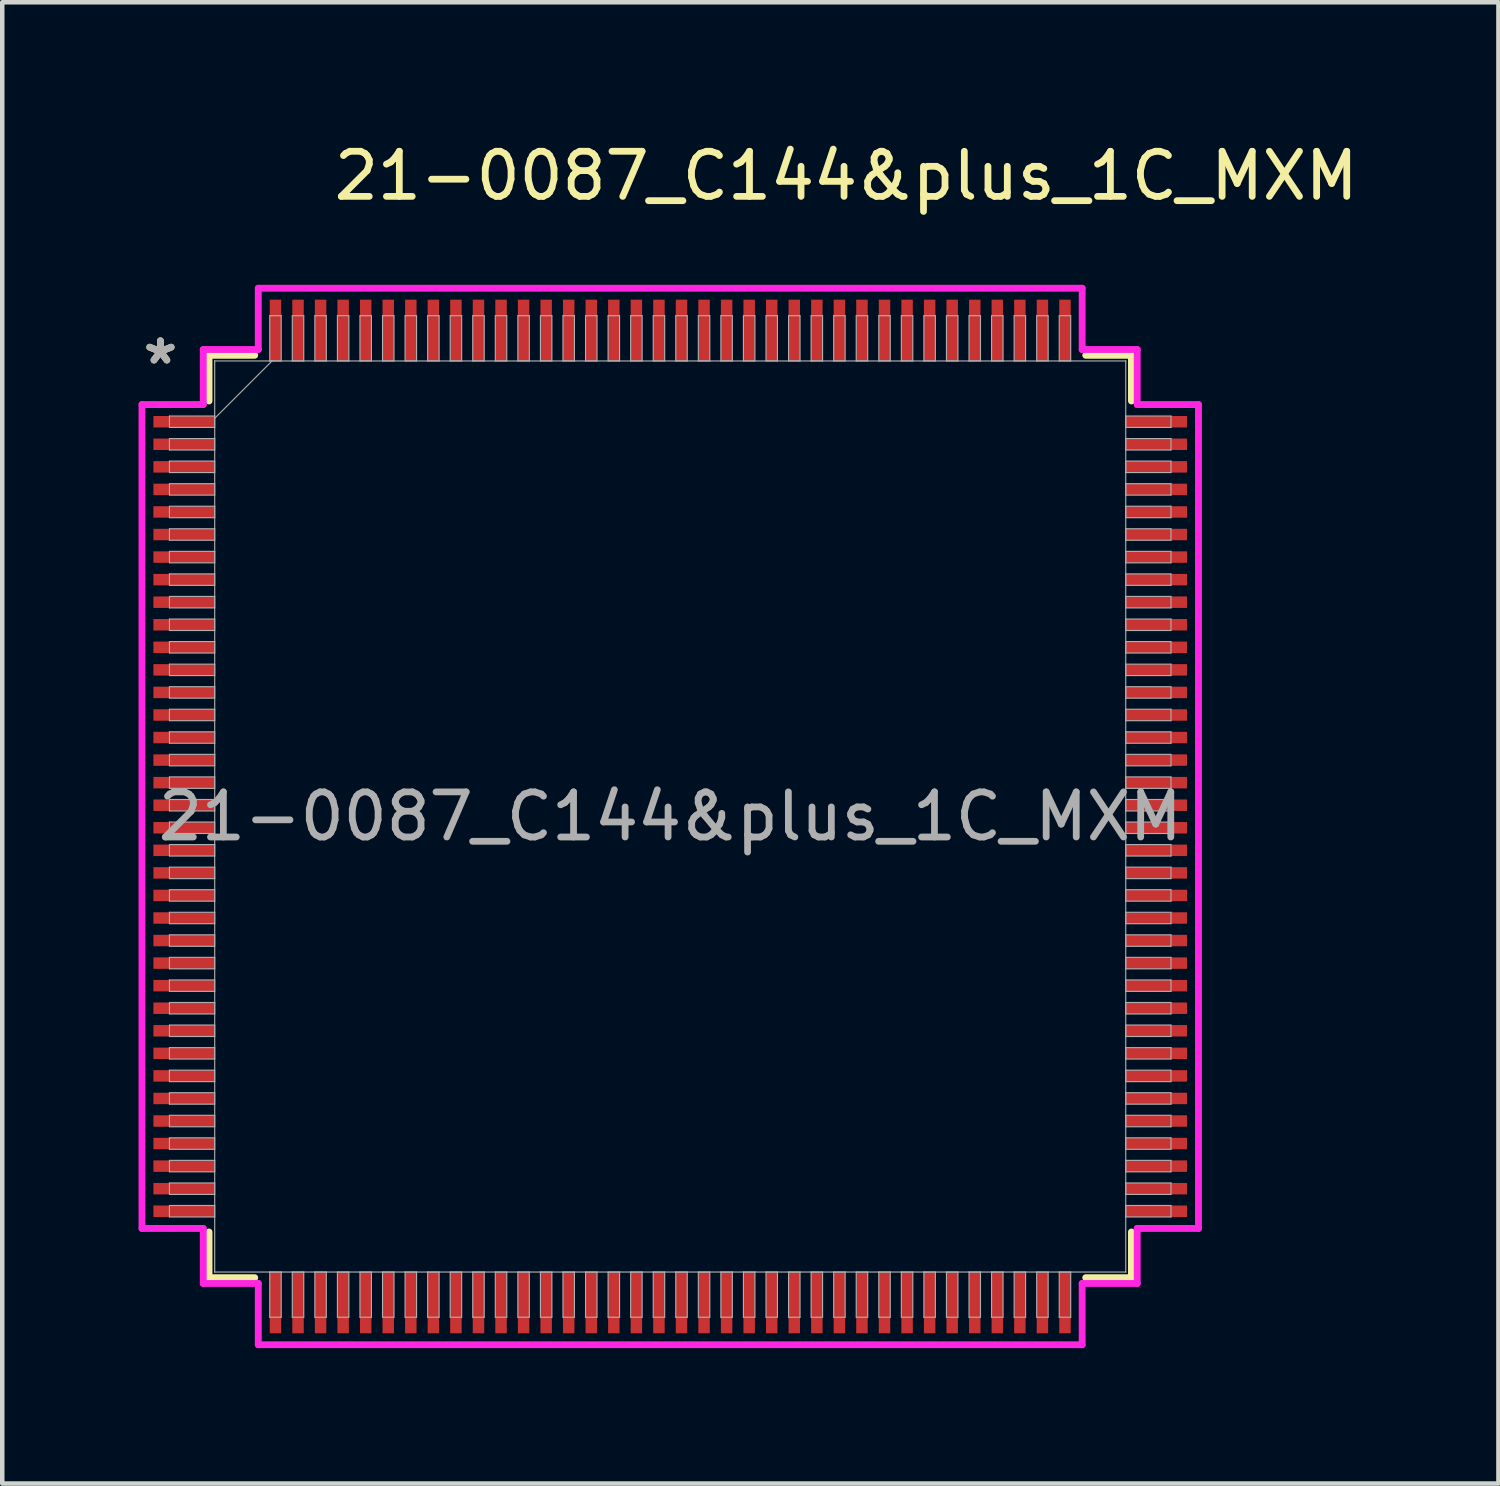
<source format=kicad_pcb>
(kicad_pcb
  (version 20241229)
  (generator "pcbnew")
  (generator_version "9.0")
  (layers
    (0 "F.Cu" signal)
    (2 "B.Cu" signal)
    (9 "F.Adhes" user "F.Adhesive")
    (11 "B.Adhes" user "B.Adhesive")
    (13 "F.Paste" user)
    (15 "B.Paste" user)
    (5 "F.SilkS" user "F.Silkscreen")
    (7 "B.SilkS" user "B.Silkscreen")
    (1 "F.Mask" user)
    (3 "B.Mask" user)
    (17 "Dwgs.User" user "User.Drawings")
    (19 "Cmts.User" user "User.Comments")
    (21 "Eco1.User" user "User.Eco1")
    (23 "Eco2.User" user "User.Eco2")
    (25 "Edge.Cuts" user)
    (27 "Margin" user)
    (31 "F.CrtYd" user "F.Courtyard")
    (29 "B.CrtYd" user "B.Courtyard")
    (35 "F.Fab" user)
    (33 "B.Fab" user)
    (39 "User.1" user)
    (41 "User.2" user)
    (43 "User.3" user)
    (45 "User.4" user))
  (footprint "21-0087_C144&plus_1C_MXM"
    (layer "F.Cu")
    (at 11.806 15.048)
    (property "Reference" "21-0087_C144&plus_1C_MXM" (at 3.9 -14.2 0) (unlocked yes) (layer "F.SilkS") (effects (font (size 1 1) (thickness 0.15))))
    (attr smd)
    (fp_line (start -10.223 -10.223) (end -10.223 -9.21) (stroke (width 0.152) (type solid)) (layer "F.SilkS"))
    (fp_line (start -10.223 9.21) (end -10.223 10.223) (stroke (width 0.152) (type solid)) (layer "F.SilkS"))
    (fp_line (start -10.223 10.223) (end -9.21 10.223) (stroke (width 0.152) (type solid)) (layer "F.SilkS"))
    (fp_line (start -9.21 -10.223) (end -10.223 -10.223) (stroke (width 0.152) (type solid)) (layer "F.SilkS"))
    (fp_line (start 9.21 10.223) (end 10.223 10.223) (stroke (width 0.152) (type solid)) (layer "F.SilkS"))
    (fp_line (start 10.223 -10.223) (end 9.21 -10.223) (stroke (width 0.152) (type solid)) (layer "F.SilkS"))
    (fp_line (start 10.223 -9.21) (end 10.223 -10.223) (stroke (width 0.152) (type solid)) (layer "F.SilkS"))
    (fp_line (start 10.223 10.223) (end 10.223 9.21) (stroke (width 0.152) (type solid)) (layer "F.SilkS"))
    (fp_line (start -11.709 -9.131) (end -10.351 -9.131) (stroke (width 0.152) (type solid)) (layer "F.CrtYd"))
    (fp_line (start -11.709 9.131) (end -11.709 -9.131) (stroke (width 0.152) (type solid)) (layer "F.CrtYd"))
    (fp_line (start -10.351 -10.351) (end -9.131 -10.351) (stroke (width 0.152) (type solid)) (layer "F.CrtYd"))
    (fp_line (start -10.351 -9.131) (end -10.351 -10.351) (stroke (width 0.152) (type solid)) (layer "F.CrtYd"))
    (fp_line (start -10.351 9.131) (end -11.709 9.131) (stroke (width 0.152) (type solid)) (layer "F.CrtYd"))
    (fp_line (start -10.351 10.351) (end -10.351 9.131) (stroke (width 0.152) (type solid)) (layer "F.CrtYd"))
    (fp_line (start -10.351 10.351) (end -9.131 10.351) (stroke (width 0.152) (type solid)) (layer "F.CrtYd"))
    (fp_line (start -9.131 -11.709) (end 9.131 -11.709) (stroke (width 0.152) (type solid)) (layer "F.CrtYd"))
    (fp_line (start -9.131 -10.351) (end -9.131 -11.709) (stroke (width 0.152) (type solid)) (layer "F.CrtYd"))
    (fp_line (start -9.131 10.351) (end -9.131 11.709) (stroke (width 0.152) (type solid)) (layer "F.CrtYd"))
    (fp_line (start -9.131 11.709) (end 9.131 11.709) (stroke (width 0.152) (type solid)) (layer "F.CrtYd"))
    (fp_line (start 9.131 -11.709) (end 9.131 -10.351) (stroke (width 0.152) (type solid)) (layer "F.CrtYd"))
    (fp_line (start 9.131 -10.351) (end 10.351 -10.351) (stroke (width 0.152) (type solid)) (layer "F.CrtYd"))
    (fp_line (start 9.131 10.351) (end 10.351 10.351) (stroke (width 0.152) (type solid)) (layer "F.CrtYd"))
    (fp_line (start 9.131 11.709) (end 9.131 10.351) (stroke (width 0.152) (type solid)) (layer "F.CrtYd"))
    (fp_line (start 10.351 -9.131) (end 10.351 -10.351) (stroke (width 0.152) (type solid)) (layer "F.CrtYd"))
    (fp_line (start 10.351 9.131) (end 11.709 9.131) (stroke (width 0.152) (type solid)) (layer "F.CrtYd"))
    (fp_line (start 10.351 10.351) (end 10.351 9.131) (stroke (width 0.152) (type solid)) (layer "F.CrtYd"))
    (fp_line (start 11.709 -9.131) (end 10.351 -9.131) (stroke (width 0.152) (type solid)) (layer "F.CrtYd"))
    (fp_line (start 11.709 9.131) (end 11.709 -9.131) (stroke (width 0.152) (type solid)) (layer "F.CrtYd"))
    (fp_line (start -11.1 -8.877) (end -11.1 -8.623) (stroke (width 0.025) (type solid)) (layer "F.Fab"))
    (fp_line (start -11.1 -8.623) (end -10.097 -8.623) (stroke (width 0.025) (type solid)) (layer "F.Fab"))
    (fp_line (start -11.1 -8.377) (end -11.1 -8.123) (stroke (width 0.025) (type solid)) (layer "F.Fab"))
    (fp_line (start -11.1 -8.123) (end -10.097 -8.123) (stroke (width 0.025) (type solid)) (layer "F.Fab"))
    (fp_line (start -11.1 -7.877) (end -11.1 -7.623) (stroke (width 0.025) (type solid)) (layer "F.Fab"))
    (fp_line (start -11.1 -7.623) (end -10.097 -7.623) (stroke (width 0.025) (type solid)) (layer "F.Fab"))
    (fp_line (start -11.1 -7.377) (end -11.1 -7.123) (stroke (width 0.025) (type solid)) (layer "F.Fab"))
    (fp_line (start -11.1 -7.123) (end -10.097 -7.123) (stroke (width 0.025) (type solid)) (layer "F.Fab"))
    (fp_line (start -11.1 -6.877) (end -11.1 -6.623) (stroke (width 0.025) (type solid)) (layer "F.Fab"))
    (fp_line (start -11.1 -6.623) (end -10.097 -6.623) (stroke (width 0.025) (type solid)) (layer "F.Fab"))
    (fp_line (start -11.1 -6.377) (end -11.1 -6.123) (stroke (width 0.025) (type solid)) (layer "F.Fab"))
    (fp_line (start -11.1 -6.123) (end -10.097 -6.123) (stroke (width 0.025) (type solid)) (layer "F.Fab"))
    (fp_line (start -11.1 -5.877) (end -11.1 -5.623) (stroke (width 0.025) (type solid)) (layer "F.Fab"))
    (fp_line (start -11.1 -5.623) (end -10.097 -5.623) (stroke (width 0.025) (type solid)) (layer "F.Fab"))
    (fp_line (start -11.1 -5.377) (end -11.1 -5.123) (stroke (width 0.025) (type solid)) (layer "F.Fab"))
    (fp_line (start -11.1 -5.123) (end -10.097 -5.123) (stroke (width 0.025) (type solid)) (layer "F.Fab"))
    (fp_line (start -11.1 -4.877) (end -11.1 -4.623) (stroke (width 0.025) (type solid)) (layer "F.Fab"))
    (fp_line (start -11.1 -4.623) (end -10.097 -4.623) (stroke (width 0.025) (type solid)) (layer "F.Fab"))
    (fp_line (start -11.1 -4.377) (end -11.1 -4.123) (stroke (width 0.025) (type solid)) (layer "F.Fab"))
    (fp_line (start -11.1 -4.123) (end -10.097 -4.123) (stroke (width 0.025) (type solid)) (layer "F.Fab"))
    (fp_line (start -11.1 -3.877) (end -11.1 -3.623) (stroke (width 0.025) (type solid)) (layer "F.Fab"))
    (fp_line (start -11.1 -3.623) (end -10.097 -3.623) (stroke (width 0.025) (type solid)) (layer "F.Fab"))
    (fp_line (start -11.1 -3.377) (end -11.1 -3.123) (stroke (width 0.025) (type solid)) (layer "F.Fab"))
    (fp_line (start -11.1 -3.123) (end -10.097 -3.123) (stroke (width 0.025) (type solid)) (layer "F.Fab"))
    (fp_line (start -11.1 -2.877) (end -11.1 -2.623) (stroke (width 0.025) (type solid)) (layer "F.Fab"))
    (fp_line (start -11.1 -2.623) (end -10.097 -2.623) (stroke (width 0.025) (type solid)) (layer "F.Fab"))
    (fp_line (start -11.1 -2.377) (end -11.1 -2.123) (stroke (width 0.025) (type solid)) (layer "F.Fab"))
    (fp_line (start -11.1 -2.123) (end -10.097 -2.123) (stroke (width 0.025) (type solid)) (layer "F.Fab"))
    (fp_line (start -11.1 -1.877) (end -11.1 -1.623) (stroke (width 0.025) (type solid)) (layer "F.Fab"))
    (fp_line (start -11.1 -1.623) (end -10.097 -1.623) (stroke (width 0.025) (type solid)) (layer "F.Fab"))
    (fp_line (start -11.1 -1.377) (end -11.1 -1.123) (stroke (width 0.025) (type solid)) (layer "F.Fab"))
    (fp_line (start -11.1 -1.123) (end -10.097 -1.123) (stroke (width 0.025) (type solid)) (layer "F.Fab"))
    (fp_line (start -11.1 -0.877) (end -11.1 -0.623) (stroke (width 0.025) (type solid)) (layer "F.Fab"))
    (fp_line (start -11.1 -0.623) (end -10.097 -0.623) (stroke (width 0.025) (type solid)) (layer "F.Fab"))
    (fp_line (start -11.1 -0.377) (end -11.1 -0.123) (stroke (width 0.025) (type solid)) (layer "F.Fab"))
    (fp_line (start -11.1 -0.123) (end -10.097 -0.123) (stroke (width 0.025) (type solid)) (layer "F.Fab"))
    (fp_line (start -11.1 0.123) (end -11.1 0.377) (stroke (width 0.025) (type solid)) (layer "F.Fab"))
    (fp_line (start -11.1 0.377) (end -10.097 0.377) (stroke (width 0.025) (type solid)) (layer "F.Fab"))
    (fp_line (start -11.1 0.623) (end -11.1 0.877) (stroke (width 0.025) (type solid)) (layer "F.Fab"))
    (fp_line (start -11.1 0.877) (end -10.097 0.877) (stroke (width 0.025) (type solid)) (layer "F.Fab"))
    (fp_line (start -11.1 1.123) (end -11.1 1.377) (stroke (width 0.025) (type solid)) (layer "F.Fab"))
    (fp_line (start -11.1 1.377) (end -10.097 1.377) (stroke (width 0.025) (type solid)) (layer "F.Fab"))
    (fp_line (start -11.1 1.623) (end -11.1 1.877) (stroke (width 0.025) (type solid)) (layer "F.Fab"))
    (fp_line (start -11.1 1.877) (end -10.097 1.877) (stroke (width 0.025) (type solid)) (layer "F.Fab"))
    (fp_line (start -11.1 2.123) (end -11.1 2.377) (stroke (width 0.025) (type solid)) (layer "F.Fab"))
    (fp_line (start -11.1 2.377) (end -10.097 2.377) (stroke (width 0.025) (type solid)) (layer "F.Fab"))
    (fp_line (start -11.1 2.623) (end -11.1 2.877) (stroke (width 0.025) (type solid)) (layer "F.Fab"))
    (fp_line (start -11.1 2.877) (end -10.097 2.877) (stroke (width 0.025) (type solid)) (layer "F.Fab"))
    (fp_line (start -11.1 3.123) (end -11.1 3.377) (stroke (width 0.025) (type solid)) (layer "F.Fab"))
    (fp_line (start -11.1 3.377) (end -10.097 3.377) (stroke (width 0.025) (type solid)) (layer "F.Fab"))
    (fp_line (start -11.1 3.623) (end -11.1 3.877) (stroke (width 0.025) (type solid)) (layer "F.Fab"))
    (fp_line (start -11.1 3.877) (end -10.097 3.877) (stroke (width 0.025) (type solid)) (layer "F.Fab"))
    (fp_line (start -11.1 4.123) (end -11.1 4.377) (stroke (width 0.025) (type solid)) (layer "F.Fab"))
    (fp_line (start -11.1 4.377) (end -10.097 4.377) (stroke (width 0.025) (type solid)) (layer "F.Fab"))
    (fp_line (start -11.1 4.623) (end -11.1 4.877) (stroke (width 0.025) (type solid)) (layer "F.Fab"))
    (fp_line (start -11.1 4.877) (end -10.097 4.877) (stroke (width 0.025) (type solid)) (layer "F.Fab"))
    (fp_line (start -11.1 5.123) (end -11.1 5.377) (stroke (width 0.025) (type solid)) (layer "F.Fab"))
    (fp_line (start -11.1 5.377) (end -10.097 5.377) (stroke (width 0.025) (type solid)) (layer "F.Fab"))
    (fp_line (start -11.1 5.623) (end -11.1 5.877) (stroke (width 0.025) (type solid)) (layer "F.Fab"))
    (fp_line (start -11.1 5.877) (end -10.097 5.877) (stroke (width 0.025) (type solid)) (layer "F.Fab"))
    (fp_line (start -11.1 6.123) (end -11.1 6.377) (stroke (width 0.025) (type solid)) (layer "F.Fab"))
    (fp_line (start -11.1 6.377) (end -10.097 6.377) (stroke (width 0.025) (type solid)) (layer "F.Fab"))
    (fp_line (start -11.1 6.623) (end -11.1 6.877) (stroke (width 0.025) (type solid)) (layer "F.Fab"))
    (fp_line (start -11.1 6.877) (end -10.097 6.877) (stroke (width 0.025) (type solid)) (layer "F.Fab"))
    (fp_line (start -11.1 7.123) (end -11.1 7.377) (stroke (width 0.025) (type solid)) (layer "F.Fab"))
    (fp_line (start -11.1 7.377) (end -10.097 7.377) (stroke (width 0.025) (type solid)) (layer "F.Fab"))
    (fp_line (start -11.1 7.623) (end -11.1 7.877) (stroke (width 0.025) (type solid)) (layer "F.Fab"))
    (fp_line (start -11.1 7.877) (end -10.097 7.877) (stroke (width 0.025) (type solid)) (layer "F.Fab"))
    (fp_line (start -11.1 8.123) (end -11.1 8.377) (stroke (width 0.025) (type solid)) (layer "F.Fab"))
    (fp_line (start -11.1 8.377) (end -10.097 8.377) (stroke (width 0.025) (type solid)) (layer "F.Fab"))
    (fp_line (start -11.1 8.623) (end -11.1 8.877) (stroke (width 0.025) (type solid)) (layer "F.Fab"))
    (fp_line (start -11.1 8.877) (end -10.097 8.877) (stroke (width 0.025) (type solid)) (layer "F.Fab"))
    (fp_line (start -10.097 -10.097) (end -10.097 -10.097) (stroke (width 0.025) (type solid)) (layer "F.Fab"))
    (fp_line (start -10.097 -10.097) (end -10.097 10.097) (stroke (width 0.025) (type solid)) (layer "F.Fab"))
    (fp_line (start -10.097 -8.877) (end -11.1 -8.877) (stroke (width 0.025) (type solid)) (layer "F.Fab"))
    (fp_line (start -10.097 -8.826) (end -8.826 -10.097) (stroke (width 0.025) (type solid)) (layer "F.Fab"))
    (fp_line (start -10.097 -8.623) (end -10.097 -8.877) (stroke (width 0.025) (type solid)) (layer "F.Fab"))
    (fp_line (start -10.097 -8.377) (end -11.1 -8.377) (stroke (width 0.025) (type solid)) (layer "F.Fab"))
    (fp_line (start -10.097 -8.123) (end -10.097 -8.377) (stroke (width 0.025) (type solid)) (layer "F.Fab"))
    (fp_line (start -10.097 -7.877) (end -11.1 -7.877) (stroke (width 0.025) (type solid)) (layer "F.Fab"))
    (fp_line (start -10.097 -7.623) (end -10.097 -7.877) (stroke (width 0.025) (type solid)) (layer "F.Fab"))
    (fp_line (start -10.097 -7.377) (end -11.1 -7.377) (stroke (width 0.025) (type solid)) (layer "F.Fab"))
    (fp_line (start -10.097 -7.123) (end -10.097 -7.377) (stroke (width 0.025) (type solid)) (layer "F.Fab"))
    (fp_line (start -10.097 -6.877) (end -11.1 -6.877) (stroke (width 0.025) (type solid)) (layer "F.Fab"))
    (fp_line (start -10.097 -6.623) (end -10.097 -6.877) (stroke (width 0.025) (type solid)) (layer "F.Fab"))
    (fp_line (start -10.097 -6.377) (end -11.1 -6.377) (stroke (width 0.025) (type solid)) (layer "F.Fab"))
    (fp_line (start -10.097 -6.123) (end -10.097 -6.377) (stroke (width 0.025) (type solid)) (layer "F.Fab"))
    (fp_line (start -10.097 -5.877) (end -11.1 -5.877) (stroke (width 0.025) (type solid)) (layer "F.Fab"))
    (fp_line (start -10.097 -5.623) (end -10.097 -5.877) (stroke (width 0.025) (type solid)) (layer "F.Fab"))
    (fp_line (start -10.097 -5.377) (end -11.1 -5.377) (stroke (width 0.025) (type solid)) (layer "F.Fab"))
    (fp_line (start -10.097 -5.123) (end -10.097 -5.377) (stroke (width 0.025) (type solid)) (layer "F.Fab"))
    (fp_line (start -10.097 -4.877) (end -11.1 -4.877) (stroke (width 0.025) (type solid)) (layer "F.Fab"))
    (fp_line (start -10.097 -4.623) (end -10.097 -4.877) (stroke (width 0.025) (type solid)) (layer "F.Fab"))
    (fp_line (start -10.097 -4.377) (end -11.1 -4.377) (stroke (width 0.025) (type solid)) (layer "F.Fab"))
    (fp_line (start -10.097 -4.123) (end -10.097 -4.377) (stroke (width 0.025) (type solid)) (layer "F.Fab"))
    (fp_line (start -10.097 -3.877) (end -11.1 -3.877) (stroke (width 0.025) (type solid)) (layer "F.Fab"))
    (fp_line (start -10.097 -3.623) (end -10.097 -3.877) (stroke (width 0.025) (type solid)) (layer "F.Fab"))
    (fp_line (start -10.097 -3.377) (end -11.1 -3.377) (stroke (width 0.025) (type solid)) (layer "F.Fab"))
    (fp_line (start -10.097 -3.123) (end -10.097 -3.377) (stroke (width 0.025) (type solid)) (layer "F.Fab"))
    (fp_line (start -10.097 -2.877) (end -11.1 -2.877) (stroke (width 0.025) (type solid)) (layer "F.Fab"))
    (fp_line (start -10.097 -2.623) (end -10.097 -2.877) (stroke (width 0.025) (type solid)) (layer "F.Fab"))
    (fp_line (start -10.097 -2.377) (end -11.1 -2.377) (stroke (width 0.025) (type solid)) (layer "F.Fab"))
    (fp_line (start -10.097 -2.123) (end -10.097 -2.377) (stroke (width 0.025) (type solid)) (layer "F.Fab"))
    (fp_line (start -10.097 -1.877) (end -11.1 -1.877) (stroke (width 0.025) (type solid)) (layer "F.Fab"))
    (fp_line (start -10.097 -1.623) (end -10.097 -1.877) (stroke (width 0.025) (type solid)) (layer "F.Fab"))
    (fp_line (start -10.097 -1.377) (end -11.1 -1.377) (stroke (width 0.025) (type solid)) (layer "F.Fab"))
    (fp_line (start -10.097 -1.123) (end -10.097 -1.377) (stroke (width 0.025) (type solid)) (layer "F.Fab"))
    (fp_line (start -10.097 -0.877) (end -11.1 -0.877) (stroke (width 0.025) (type solid)) (layer "F.Fab"))
    (fp_line (start -10.097 -0.623) (end -10.097 -0.877) (stroke (width 0.025) (type solid)) (layer "F.Fab"))
    (fp_line (start -10.097 -0.377) (end -11.1 -0.377) (stroke (width 0.025) (type solid)) (layer "F.Fab"))
    (fp_line (start -10.097 -0.123) (end -10.097 -0.377) (stroke (width 0.025) (type solid)) (layer "F.Fab"))
    (fp_line (start -10.097 0.123) (end -11.1 0.123) (stroke (width 0.025) (type solid)) (layer "F.Fab"))
    (fp_line (start -10.097 0.377) (end -10.097 0.123) (stroke (width 0.025) (type solid)) (layer "F.Fab"))
    (fp_line (start -10.097 0.623) (end -11.1 0.623) (stroke (width 0.025) (type solid)) (layer "F.Fab"))
    (fp_line (start -10.097 0.877) (end -10.097 0.623) (stroke (width 0.025) (type solid)) (layer "F.Fab"))
    (fp_line (start -10.097 1.123) (end -11.1 1.123) (stroke (width 0.025) (type solid)) (layer "F.Fab"))
    (fp_line (start -10.097 1.377) (end -10.097 1.123) (stroke (width 0.025) (type solid)) (layer "F.Fab"))
    (fp_line (start -10.097 1.623) (end -11.1 1.623) (stroke (width 0.025) (type solid)) (layer "F.Fab"))
    (fp_line (start -10.097 1.877) (end -10.097 1.623) (stroke (width 0.025) (type solid)) (layer "F.Fab"))
    (fp_line (start -10.097 2.123) (end -11.1 2.123) (stroke (width 0.025) (type solid)) (layer "F.Fab"))
    (fp_line (start -10.097 2.377) (end -10.097 2.123) (stroke (width 0.025) (type solid)) (layer "F.Fab"))
    (fp_line (start -10.097 2.623) (end -11.1 2.623) (stroke (width 0.025) (type solid)) (layer "F.Fab"))
    (fp_line (start -10.097 2.877) (end -10.097 2.623) (stroke (width 0.025) (type solid)) (layer "F.Fab"))
    (fp_line (start -10.097 3.123) (end -11.1 3.123) (stroke (width 0.025) (type solid)) (layer "F.Fab"))
    (fp_line (start -10.097 3.377) (end -10.097 3.123) (stroke (width 0.025) (type solid)) (layer "F.Fab"))
    (fp_line (start -10.097 3.623) (end -11.1 3.623) (stroke (width 0.025) (type solid)) (layer "F.Fab"))
    (fp_line (start -10.097 3.877) (end -10.097 3.623) (stroke (width 0.025) (type solid)) (layer "F.Fab"))
    (fp_line (start -10.097 4.123) (end -11.1 4.123) (stroke (width 0.025) (type solid)) (layer "F.Fab"))
    (fp_line (start -10.097 4.377) (end -10.097 4.123) (stroke (width 0.025) (type solid)) (layer "F.Fab"))
    (fp_line (start -10.097 4.623) (end -11.1 4.623) (stroke (width 0.025) (type solid)) (layer "F.Fab"))
    (fp_line (start -10.097 4.877) (end -10.097 4.623) (stroke (width 0.025) (type solid)) (layer "F.Fab"))
    (fp_line (start -10.097 5.123) (end -11.1 5.123) (stroke (width 0.025) (type solid)) (layer "F.Fab"))
    (fp_line (start -10.097 5.377) (end -10.097 5.123) (stroke (width 0.025) (type solid)) (layer "F.Fab"))
    (fp_line (start -10.097 5.623) (end -11.1 5.623) (stroke (width 0.025) (type solid)) (layer "F.Fab"))
    (fp_line (start -10.097 5.877) (end -10.097 5.623) (stroke (width 0.025) (type solid)) (layer "F.Fab"))
    (fp_line (start -10.097 6.123) (end -11.1 6.123) (stroke (width 0.025) (type solid)) (layer "F.Fab"))
    (fp_line (start -10.097 6.377) (end -10.097 6.123) (stroke (width 0.025) (type solid)) (layer "F.Fab"))
    (fp_line (start -10.097 6.623) (end -11.1 6.623) (stroke (width 0.025) (type solid)) (layer "F.Fab"))
    (fp_line (start -10.097 6.877) (end -10.097 6.623) (stroke (width 0.025) (type solid)) (layer "F.Fab"))
    (fp_line (start -10.097 7.123) (end -11.1 7.123) (stroke (width 0.025) (type solid)) (layer "F.Fab"))
    (fp_line (start -10.097 7.377) (end -10.097 7.123) (stroke (width 0.025) (type solid)) (layer "F.Fab"))
    (fp_line (start -10.097 7.623) (end -11.1 7.623) (stroke (width 0.025) (type solid)) (layer "F.Fab"))
    (fp_line (start -10.097 7.877) (end -10.097 7.623) (stroke (width 0.025) (type solid)) (layer "F.Fab"))
    (fp_line (start -10.097 8.123) (end -11.1 8.123) (stroke (width 0.025) (type solid)) (layer "F.Fab"))
    (fp_line (start -10.097 8.377) (end -10.097 8.123) (stroke (width 0.025) (type solid)) (layer "F.Fab"))
    (fp_line (start -10.097 8.623) (end -11.1 8.623) (stroke (width 0.025) (type solid)) (layer "F.Fab"))
    (fp_line (start -10.097 8.877) (end -10.097 8.623) (stroke (width 0.025) (type solid)) (layer "F.Fab"))
    (fp_line (start -10.097 10.097) (end -10.097 10.097) (stroke (width 0.025) (type solid)) (layer "F.Fab"))
    (fp_line (start -10.097 10.097) (end 10.097 10.097) (stroke (width 0.025) (type solid)) (layer "F.Fab"))
    (fp_line (start -8.877 -11.1) (end -8.877 -10.097) (stroke (width 0.025) (type solid)) (layer "F.Fab"))
    (fp_line (start -8.877 -10.097) (end -8.623 -10.097) (stroke (width 0.025) (type solid)) (layer "F.Fab"))
    (fp_line (start -8.877 10.097) (end -8.877 11.1) (stroke (width 0.025) (type solid)) (layer "F.Fab"))
    (fp_line (start -8.877 11.1) (end -8.623 11.1) (stroke (width 0.025) (type solid)) (layer "F.Fab"))
    (fp_line (start -8.623 -11.1) (end -8.877 -11.1) (stroke (width 0.025) (type solid)) (layer "F.Fab"))
    (fp_line (start -8.623 -10.097) (end -8.623 -11.1) (stroke (width 0.025) (type solid)) (layer "F.Fab"))
    (fp_line (start -8.623 10.097) (end -8.877 10.097) (stroke (width 0.025) (type solid)) (layer "F.Fab"))
    (fp_line (start -8.623 11.1) (end -8.623 10.097) (stroke (width 0.025) (type solid)) (layer "F.Fab"))
    (fp_line (start -8.377 -11.1) (end -8.377 -10.097) (stroke (width 0.025) (type solid)) (layer "F.Fab"))
    (fp_line (start -8.377 -10.097) (end -8.123 -10.097) (stroke (width 0.025) (type solid)) (layer "F.Fab"))
    (fp_line (start -8.377 10.097) (end -8.377 11.1) (stroke (width 0.025) (type solid)) (layer "F.Fab"))
    (fp_line (start -8.377 11.1) (end -8.123 11.1) (stroke (width 0.025) (type solid)) (layer "F.Fab"))
    (fp_line (start -8.123 -11.1) (end -8.377 -11.1) (stroke (width 0.025) (type solid)) (layer "F.Fab"))
    (fp_line (start -8.123 -10.097) (end -8.123 -11.1) (stroke (width 0.025) (type solid)) (layer "F.Fab"))
    (fp_line (start -8.123 10.097) (end -8.377 10.097) (stroke (width 0.025) (type solid)) (layer "F.Fab"))
    (fp_line (start -8.123 11.1) (end -8.123 10.097) (stroke (width 0.025) (type solid)) (layer "F.Fab"))
    (fp_line (start -7.877 -11.1) (end -7.877 -10.097) (stroke (width 0.025) (type solid)) (layer "F.Fab"))
    (fp_line (start -7.877 -10.097) (end -7.623 -10.097) (stroke (width 0.025) (type solid)) (layer "F.Fab"))
    (fp_line (start -7.877 10.097) (end -7.877 11.1) (stroke (width 0.025) (type solid)) (layer "F.Fab"))
    (fp_line (start -7.877 11.1) (end -7.623 11.1) (stroke (width 0.025) (type solid)) (layer "F.Fab"))
    (fp_line (start -7.623 -11.1) (end -7.877 -11.1) (stroke (width 0.025) (type solid)) (layer "F.Fab"))
    (fp_line (start -7.623 -10.097) (end -7.623 -11.1) (stroke (width 0.025) (type solid)) (layer "F.Fab"))
    (fp_line (start -7.623 10.097) (end -7.877 10.097) (stroke (width 0.025) (type solid)) (layer "F.Fab"))
    (fp_line (start -7.623 11.1) (end -7.623 10.097) (stroke (width 0.025) (type solid)) (layer "F.Fab"))
    (fp_line (start -7.377 -11.1) (end -7.377 -10.097) (stroke (width 0.025) (type solid)) (layer "F.Fab"))
    (fp_line (start -7.377 -10.097) (end -7.123 -10.097) (stroke (width 0.025) (type solid)) (layer "F.Fab"))
    (fp_line (start -7.377 10.097) (end -7.377 11.1) (stroke (width 0.025) (type solid)) (layer "F.Fab"))
    (fp_line (start -7.377 11.1) (end -7.123 11.1) (stroke (width 0.025) (type solid)) (layer "F.Fab"))
    (fp_line (start -7.123 -11.1) (end -7.377 -11.1) (stroke (width 0.025) (type solid)) (layer "F.Fab"))
    (fp_line (start -7.123 -10.097) (end -7.123 -11.1) (stroke (width 0.025) (type solid)) (layer "F.Fab"))
    (fp_line (start -7.123 10.097) (end -7.377 10.097) (stroke (width 0.025) (type solid)) (layer "F.Fab"))
    (fp_line (start -7.123 11.1) (end -7.123 10.097) (stroke (width 0.025) (type solid)) (layer "F.Fab"))
    (fp_line (start -6.877 -11.1) (end -6.877 -10.097) (stroke (width 0.025) (type solid)) (layer "F.Fab"))
    (fp_line (start -6.877 -10.097) (end -6.623 -10.097) (stroke (width 0.025) (type solid)) (layer "F.Fab"))
    (fp_line (start -6.877 10.097) (end -6.877 11.1) (stroke (width 0.025) (type solid)) (layer "F.Fab"))
    (fp_line (start -6.877 11.1) (end -6.623 11.1) (stroke (width 0.025) (type solid)) (layer "F.Fab"))
    (fp_line (start -6.623 -11.1) (end -6.877 -11.1) (stroke (width 0.025) (type solid)) (layer "F.Fab"))
    (fp_line (start -6.623 -10.097) (end -6.623 -11.1) (stroke (width 0.025) (type solid)) (layer "F.Fab"))
    (fp_line (start -6.623 10.097) (end -6.877 10.097) (stroke (width 0.025) (type solid)) (layer "F.Fab"))
    (fp_line (start -6.623 11.1) (end -6.623 10.097) (stroke (width 0.025) (type solid)) (layer "F.Fab"))
    (fp_line (start -6.377 -11.1) (end -6.377 -10.097) (stroke (width 0.025) (type solid)) (layer "F.Fab"))
    (fp_line (start -6.377 -10.097) (end -6.123 -10.097) (stroke (width 0.025) (type solid)) (layer "F.Fab"))
    (fp_line (start -6.377 10.097) (end -6.377 11.1) (stroke (width 0.025) (type solid)) (layer "F.Fab"))
    (fp_line (start -6.377 11.1) (end -6.123 11.1) (stroke (width 0.025) (type solid)) (layer "F.Fab"))
    (fp_line (start -6.123 -11.1) (end -6.377 -11.1) (stroke (width 0.025) (type solid)) (layer "F.Fab"))
    (fp_line (start -6.123 -10.097) (end -6.123 -11.1) (stroke (width 0.025) (type solid)) (layer "F.Fab"))
    (fp_line (start -6.123 10.097) (end -6.377 10.097) (stroke (width 0.025) (type solid)) (layer "F.Fab"))
    (fp_line (start -6.123 11.1) (end -6.123 10.097) (stroke (width 0.025) (type solid)) (layer "F.Fab"))
    (fp_line (start -5.877 -11.1) (end -5.877 -10.097) (stroke (width 0.025) (type solid)) (layer "F.Fab"))
    (fp_line (start -5.877 -10.097) (end -5.623 -10.097) (stroke (width 0.025) (type solid)) (layer "F.Fab"))
    (fp_line (start -5.877 10.097) (end -5.877 11.1) (stroke (width 0.025) (type solid)) (layer "F.Fab"))
    (fp_line (start -5.877 11.1) (end -5.623 11.1) (stroke (width 0.025) (type solid)) (layer "F.Fab"))
    (fp_line (start -5.623 -11.1) (end -5.877 -11.1) (stroke (width 0.025) (type solid)) (layer "F.Fab"))
    (fp_line (start -5.623 -10.097) (end -5.623 -11.1) (stroke (width 0.025) (type solid)) (layer "F.Fab"))
    (fp_line (start -5.623 10.097) (end -5.877 10.097) (stroke (width 0.025) (type solid)) (layer "F.Fab"))
    (fp_line (start -5.623 11.1) (end -5.623 10.097) (stroke (width 0.025) (type solid)) (layer "F.Fab"))
    (fp_line (start -5.377 -11.1) (end -5.377 -10.097) (stroke (width 0.025) (type solid)) (layer "F.Fab"))
    (fp_line (start -5.377 -10.097) (end -5.123 -10.097) (stroke (width 0.025) (type solid)) (layer "F.Fab"))
    (fp_line (start -5.377 10.097) (end -5.377 11.1) (stroke (width 0.025) (type solid)) (layer "F.Fab"))
    (fp_line (start -5.377 11.1) (end -5.123 11.1) (stroke (width 0.025) (type solid)) (layer "F.Fab"))
    (fp_line (start -5.123 -11.1) (end -5.377 -11.1) (stroke (width 0.025) (type solid)) (layer "F.Fab"))
    (fp_line (start -5.123 -10.097) (end -5.123 -11.1) (stroke (width 0.025) (type solid)) (layer "F.Fab"))
    (fp_line (start -5.123 10.097) (end -5.377 10.097) (stroke (width 0.025) (type solid)) (layer "F.Fab"))
    (fp_line (start -5.123 11.1) (end -5.123 10.097) (stroke (width 0.025) (type solid)) (layer "F.Fab"))
    (fp_line (start -4.877 -11.1) (end -4.877 -10.097) (stroke (width 0.025) (type solid)) (layer "F.Fab"))
    (fp_line (start -4.877 -10.097) (end -4.623 -10.097) (stroke (width 0.025) (type solid)) (layer "F.Fab"))
    (fp_line (start -4.877 10.097) (end -4.877 11.1) (stroke (width 0.025) (type solid)) (layer "F.Fab"))
    (fp_line (start -4.877 11.1) (end -4.623 11.1) (stroke (width 0.025) (type solid)) (layer "F.Fab"))
    (fp_line (start -4.623 -11.1) (end -4.877 -11.1) (stroke (width 0.025) (type solid)) (layer "F.Fab"))
    (fp_line (start -4.623 -10.097) (end -4.623 -11.1) (stroke (width 0.025) (type solid)) (layer "F.Fab"))
    (fp_line (start -4.623 10.097) (end -4.877 10.097) (stroke (width 0.025) (type solid)) (layer "F.Fab"))
    (fp_line (start -4.623 11.1) (end -4.623 10.097) (stroke (width 0.025) (type solid)) (layer "F.Fab"))
    (fp_line (start -4.377 -11.1) (end -4.377 -10.097) (stroke (width 0.025) (type solid)) (layer "F.Fab"))
    (fp_line (start -4.377 -10.097) (end -4.123 -10.097) (stroke (width 0.025) (type solid)) (layer "F.Fab"))
    (fp_line (start -4.377 10.097) (end -4.377 11.1) (stroke (width 0.025) (type solid)) (layer "F.Fab"))
    (fp_line (start -4.377 11.1) (end -4.123 11.1) (stroke (width 0.025) (type solid)) (layer "F.Fab"))
    (fp_line (start -4.123 -11.1) (end -4.377 -11.1) (stroke (width 0.025) (type solid)) (layer "F.Fab"))
    (fp_line (start -4.123 -10.097) (end -4.123 -11.1) (stroke (width 0.025) (type solid)) (layer "F.Fab"))
    (fp_line (start -4.123 10.097) (end -4.377 10.097) (stroke (width 0.025) (type solid)) (layer "F.Fab"))
    (fp_line (start -4.123 11.1) (end -4.123 10.097) (stroke (width 0.025) (type solid)) (layer "F.Fab"))
    (fp_line (start -3.877 -11.1) (end -3.877 -10.097) (stroke (width 0.025) (type solid)) (layer "F.Fab"))
    (fp_line (start -3.877 -10.097) (end -3.623 -10.097) (stroke (width 0.025) (type solid)) (layer "F.Fab"))
    (fp_line (start -3.877 10.097) (end -3.877 11.1) (stroke (width 0.025) (type solid)) (layer "F.Fab"))
    (fp_line (start -3.877 11.1) (end -3.623 11.1) (stroke (width 0.025) (type solid)) (layer "F.Fab"))
    (fp_line (start -3.623 -11.1) (end -3.877 -11.1) (stroke (width 0.025) (type solid)) (layer "F.Fab"))
    (fp_line (start -3.623 -10.097) (end -3.623 -11.1) (stroke (width 0.025) (type solid)) (layer "F.Fab"))
    (fp_line (start -3.623 10.097) (end -3.877 10.097) (stroke (width 0.025) (type solid)) (layer "F.Fab"))
    (fp_line (start -3.623 11.1) (end -3.623 10.097) (stroke (width 0.025) (type solid)) (layer "F.Fab"))
    (fp_line (start -3.377 -11.1) (end -3.377 -10.097) (stroke (width 0.025) (type solid)) (layer "F.Fab"))
    (fp_line (start -3.377 -10.097) (end -3.123 -10.097) (stroke (width 0.025) (type solid)) (layer "F.Fab"))
    (fp_line (start -3.377 10.097) (end -3.377 11.1) (stroke (width 0.025) (type solid)) (layer "F.Fab"))
    (fp_line (start -3.377 11.1) (end -3.123 11.1) (stroke (width 0.025) (type solid)) (layer "F.Fab"))
    (fp_line (start -3.123 -11.1) (end -3.377 -11.1) (stroke (width 0.025) (type solid)) (layer "F.Fab"))
    (fp_line (start -3.123 -10.097) (end -3.123 -11.1) (stroke (width 0.025) (type solid)) (layer "F.Fab"))
    (fp_line (start -3.123 10.097) (end -3.377 10.097) (stroke (width 0.025) (type solid)) (layer "F.Fab"))
    (fp_line (start -3.123 11.1) (end -3.123 10.097) (stroke (width 0.025) (type solid)) (layer "F.Fab"))
    (fp_line (start -2.877 -11.1) (end -2.877 -10.097) (stroke (width 0.025) (type solid)) (layer "F.Fab"))
    (fp_line (start -2.877 -10.097) (end -2.623 -10.097) (stroke (width 0.025) (type solid)) (layer "F.Fab"))
    (fp_line (start -2.877 10.097) (end -2.877 11.1) (stroke (width 0.025) (type solid)) (layer "F.Fab"))
    (fp_line (start -2.877 11.1) (end -2.623 11.1) (stroke (width 0.025) (type solid)) (layer "F.Fab"))
    (fp_line (start -2.623 -11.1) (end -2.877 -11.1) (stroke (width 0.025) (type solid)) (layer "F.Fab"))
    (fp_line (start -2.623 -10.097) (end -2.623 -11.1) (stroke (width 0.025) (type solid)) (layer "F.Fab"))
    (fp_line (start -2.623 10.097) (end -2.877 10.097) (stroke (width 0.025) (type solid)) (layer "F.Fab"))
    (fp_line (start -2.623 11.1) (end -2.623 10.097) (stroke (width 0.025) (type solid)) (layer "F.Fab"))
    (fp_line (start -2.377 -11.1) (end -2.377 -10.097) (stroke (width 0.025) (type solid)) (layer "F.Fab"))
    (fp_line (start -2.377 -10.097) (end -2.123 -10.097) (stroke (width 0.025) (type solid)) (layer "F.Fab"))
    (fp_line (start -2.377 10.097) (end -2.377 11.1) (stroke (width 0.025) (type solid)) (layer "F.Fab"))
    (fp_line (start -2.377 11.1) (end -2.123 11.1) (stroke (width 0.025) (type solid)) (layer "F.Fab"))
    (fp_line (start -2.123 -11.1) (end -2.377 -11.1) (stroke (width 0.025) (type solid)) (layer "F.Fab"))
    (fp_line (start -2.123 -10.097) (end -2.123 -11.1) (stroke (width 0.025) (type solid)) (layer "F.Fab"))
    (fp_line (start -2.123 10.097) (end -2.377 10.097) (stroke (width 0.025) (type solid)) (layer "F.Fab"))
    (fp_line (start -2.123 11.1) (end -2.123 10.097) (stroke (width 0.025) (type solid)) (layer "F.Fab"))
    (fp_line (start -1.877 -11.1) (end -1.877 -10.097) (stroke (width 0.025) (type solid)) (layer "F.Fab"))
    (fp_line (start -1.877 -10.097) (end -1.623 -10.097) (stroke (width 0.025) (type solid)) (layer "F.Fab"))
    (fp_line (start -1.877 10.097) (end -1.877 11.1) (stroke (width 0.025) (type solid)) (layer "F.Fab"))
    (fp_line (start -1.877 11.1) (end -1.623 11.1) (stroke (width 0.025) (type solid)) (layer "F.Fab"))
    (fp_line (start -1.623 -11.1) (end -1.877 -11.1) (stroke (width 0.025) (type solid)) (layer "F.Fab"))
    (fp_line (start -1.623 -10.097) (end -1.623 -11.1) (stroke (width 0.025) (type solid)) (layer "F.Fab"))
    (fp_line (start -1.623 10.097) (end -1.877 10.097) (stroke (width 0.025) (type solid)) (layer "F.Fab"))
    (fp_line (start -1.623 11.1) (end -1.623 10.097) (stroke (width 0.025) (type solid)) (layer "F.Fab"))
    (fp_line (start -1.377 -11.1) (end -1.377 -10.097) (stroke (width 0.025) (type solid)) (layer "F.Fab"))
    (fp_line (start -1.377 -10.097) (end -1.123 -10.097) (stroke (width 0.025) (type solid)) (layer "F.Fab"))
    (fp_line (start -1.377 10.097) (end -1.377 11.1) (stroke (width 0.025) (type solid)) (layer "F.Fab"))
    (fp_line (start -1.377 11.1) (end -1.123 11.1) (stroke (width 0.025) (type solid)) (layer "F.Fab"))
    (fp_line (start -1.123 -11.1) (end -1.377 -11.1) (stroke (width 0.025) (type solid)) (layer "F.Fab"))
    (fp_line (start -1.123 -10.097) (end -1.123 -11.1) (stroke (width 0.025) (type solid)) (layer "F.Fab"))
    (fp_line (start -1.123 10.097) (end -1.377 10.097) (stroke (width 0.025) (type solid)) (layer "F.Fab"))
    (fp_line (start -1.123 11.1) (end -1.123 10.097) (stroke (width 0.025) (type solid)) (layer "F.Fab"))
    (fp_line (start -0.877 -11.1) (end -0.877 -10.097) (stroke (width 0.025) (type solid)) (layer "F.Fab"))
    (fp_line (start -0.877 -10.097) (end -0.623 -10.097) (stroke (width 0.025) (type solid)) (layer "F.Fab"))
    (fp_line (start -0.877 10.097) (end -0.877 11.1) (stroke (width 0.025) (type solid)) (layer "F.Fab"))
    (fp_line (start -0.877 11.1) (end -0.623 11.1) (stroke (width 0.025) (type solid)) (layer "F.Fab"))
    (fp_line (start -0.623 -11.1) (end -0.877 -11.1) (stroke (width 0.025) (type solid)) (layer "F.Fab"))
    (fp_line (start -0.623 -10.097) (end -0.623 -11.1) (stroke (width 0.025) (type solid)) (layer "F.Fab"))
    (fp_line (start -0.623 10.097) (end -0.877 10.097) (stroke (width 0.025) (type solid)) (layer "F.Fab"))
    (fp_line (start -0.623 11.1) (end -0.623 10.097) (stroke (width 0.025) (type solid)) (layer "F.Fab"))
    (fp_line (start -0.377 -11.1) (end -0.377 -10.097) (stroke (width 0.025) (type solid)) (layer "F.Fab"))
    (fp_line (start -0.377 -10.097) (end -0.123 -10.097) (stroke (width 0.025) (type solid)) (layer "F.Fab"))
    (fp_line (start -0.377 10.097) (end -0.377 11.1) (stroke (width 0.025) (type solid)) (layer "F.Fab"))
    (fp_line (start -0.377 11.1) (end -0.123 11.1) (stroke (width 0.025) (type solid)) (layer "F.Fab"))
    (fp_line (start -0.123 -11.1) (end -0.377 -11.1) (stroke (width 0.025) (type solid)) (layer "F.Fab"))
    (fp_line (start -0.123 -10.097) (end -0.123 -11.1) (stroke (width 0.025) (type solid)) (layer "F.Fab"))
    (fp_line (start -0.123 10.097) (end -0.377 10.097) (stroke (width 0.025) (type solid)) (layer "F.Fab"))
    (fp_line (start -0.123 11.1) (end -0.123 10.097) (stroke (width 0.025) (type solid)) (layer "F.Fab"))
    (fp_line (start 0.123 -11.1) (end 0.123 -10.097) (stroke (width 0.025) (type solid)) (layer "F.Fab"))
    (fp_line (start 0.123 -10.097) (end 0.377 -10.097) (stroke (width 0.025) (type solid)) (layer "F.Fab"))
    (fp_line (start 0.123 10.097) (end 0.123 11.1) (stroke (width 0.025) (type solid)) (layer "F.Fab"))
    (fp_line (start 0.123 11.1) (end 0.377 11.1) (stroke (width 0.025) (type solid)) (layer "F.Fab"))
    (fp_line (start 0.377 -11.1) (end 0.123 -11.1) (stroke (width 0.025) (type solid)) (layer "F.Fab"))
    (fp_line (start 0.377 -10.097) (end 0.377 -11.1) (stroke (width 0.025) (type solid)) (layer "F.Fab"))
    (fp_line (start 0.377 10.097) (end 0.123 10.097) (stroke (width 0.025) (type solid)) (layer "F.Fab"))
    (fp_line (start 0.377 11.1) (end 0.377 10.097) (stroke (width 0.025) (type solid)) (layer "F.Fab"))
    (fp_line (start 0.623 -11.1) (end 0.623 -10.097) (stroke (width 0.025) (type solid)) (layer "F.Fab"))
    (fp_line (start 0.623 -10.097) (end 0.877 -10.097) (stroke (width 0.025) (type solid)) (layer "F.Fab"))
    (fp_line (start 0.623 10.097) (end 0.623 11.1) (stroke (width 0.025) (type solid)) (layer "F.Fab"))
    (fp_line (start 0.623 11.1) (end 0.877 11.1) (stroke (width 0.025) (type solid)) (layer "F.Fab"))
    (fp_line (start 0.877 -11.1) (end 0.623 -11.1) (stroke (width 0.025) (type solid)) (layer "F.Fab"))
    (fp_line (start 0.877 -10.097) (end 0.877 -11.1) (stroke (width 0.025) (type solid)) (layer "F.Fab"))
    (fp_line (start 0.877 10.097) (end 0.623 10.097) (stroke (width 0.025) (type solid)) (layer "F.Fab"))
    (fp_line (start 0.877 11.1) (end 0.877 10.097) (stroke (width 0.025) (type solid)) (layer "F.Fab"))
    (fp_line (start 1.123 -11.1) (end 1.123 -10.097) (stroke (width 0.025) (type solid)) (layer "F.Fab"))
    (fp_line (start 1.123 -10.097) (end 1.377 -10.097) (stroke (width 0.025) (type solid)) (layer "F.Fab"))
    (fp_line (start 1.123 10.097) (end 1.123 11.1) (stroke (width 0.025) (type solid)) (layer "F.Fab"))
    (fp_line (start 1.123 11.1) (end 1.377 11.1) (stroke (width 0.025) (type solid)) (layer "F.Fab"))
    (fp_line (start 1.377 -11.1) (end 1.123 -11.1) (stroke (width 0.025) (type solid)) (layer "F.Fab"))
    (fp_line (start 1.377 -10.097) (end 1.377 -11.1) (stroke (width 0.025) (type solid)) (layer "F.Fab"))
    (fp_line (start 1.377 10.097) (end 1.123 10.097) (stroke (width 0.025) (type solid)) (layer "F.Fab"))
    (fp_line (start 1.377 11.1) (end 1.377 10.097) (stroke (width 0.025) (type solid)) (layer "F.Fab"))
    (fp_line (start 1.623 -11.1) (end 1.623 -10.097) (stroke (width 0.025) (type solid)) (layer "F.Fab"))
    (fp_line (start 1.623 -10.097) (end 1.877 -10.097) (stroke (width 0.025) (type solid)) (layer "F.Fab"))
    (fp_line (start 1.623 10.097) (end 1.623 11.1) (stroke (width 0.025) (type solid)) (layer "F.Fab"))
    (fp_line (start 1.623 11.1) (end 1.877 11.1) (stroke (width 0.025) (type solid)) (layer "F.Fab"))
    (fp_line (start 1.877 -11.1) (end 1.623 -11.1) (stroke (width 0.025) (type solid)) (layer "F.Fab"))
    (fp_line (start 1.877 -10.097) (end 1.877 -11.1) (stroke (width 0.025) (type solid)) (layer "F.Fab"))
    (fp_line (start 1.877 10.097) (end 1.623 10.097) (stroke (width 0.025) (type solid)) (layer "F.Fab"))
    (fp_line (start 1.877 11.1) (end 1.877 10.097) (stroke (width 0.025) (type solid)) (layer "F.Fab"))
    (fp_line (start 2.123 -11.1) (end 2.123 -10.097) (stroke (width 0.025) (type solid)) (layer "F.Fab"))
    (fp_line (start 2.123 -10.097) (end 2.377 -10.097) (stroke (width 0.025) (type solid)) (layer "F.Fab"))
    (fp_line (start 2.123 10.097) (end 2.123 11.1) (stroke (width 0.025) (type solid)) (layer "F.Fab"))
    (fp_line (start 2.123 11.1) (end 2.377 11.1) (stroke (width 0.025) (type solid)) (layer "F.Fab"))
    (fp_line (start 2.377 -11.1) (end 2.123 -11.1) (stroke (width 0.025) (type solid)) (layer "F.Fab"))
    (fp_line (start 2.377 -10.097) (end 2.377 -11.1) (stroke (width 0.025) (type solid)) (layer "F.Fab"))
    (fp_line (start 2.377 10.097) (end 2.123 10.097) (stroke (width 0.025) (type solid)) (layer "F.Fab"))
    (fp_line (start 2.377 11.1) (end 2.377 10.097) (stroke (width 0.025) (type solid)) (layer "F.Fab"))
    (fp_line (start 2.623 -11.1) (end 2.623 -10.097) (stroke (width 0.025) (type solid)) (layer "F.Fab"))
    (fp_line (start 2.623 -10.097) (end 2.877 -10.097) (stroke (width 0.025) (type solid)) (layer "F.Fab"))
    (fp_line (start 2.623 10.097) (end 2.623 11.1) (stroke (width 0.025) (type solid)) (layer "F.Fab"))
    (fp_line (start 2.623 11.1) (end 2.877 11.1) (stroke (width 0.025) (type solid)) (layer "F.Fab"))
    (fp_line (start 2.877 -11.1) (end 2.623 -11.1) (stroke (width 0.025) (type solid)) (layer "F.Fab"))
    (fp_line (start 2.877 -10.097) (end 2.877 -11.1) (stroke (width 0.025) (type solid)) (layer "F.Fab"))
    (fp_line (start 2.877 10.097) (end 2.623 10.097) (stroke (width 0.025) (type solid)) (layer "F.Fab"))
    (fp_line (start 2.877 11.1) (end 2.877 10.097) (stroke (width 0.025) (type solid)) (layer "F.Fab"))
    (fp_line (start 3.123 -11.1) (end 3.123 -10.097) (stroke (width 0.025) (type solid)) (layer "F.Fab"))
    (fp_line (start 3.123 -10.097) (end 3.377 -10.097) (stroke (width 0.025) (type solid)) (layer "F.Fab"))
    (fp_line (start 3.123 10.097) (end 3.123 11.1) (stroke (width 0.025) (type solid)) (layer "F.Fab"))
    (fp_line (start 3.123 11.1) (end 3.377 11.1) (stroke (width 0.025) (type solid)) (layer "F.Fab"))
    (fp_line (start 3.377 -11.1) (end 3.123 -11.1) (stroke (width 0.025) (type solid)) (layer "F.Fab"))
    (fp_line (start 3.377 -10.097) (end 3.377 -11.1) (stroke (width 0.025) (type solid)) (layer "F.Fab"))
    (fp_line (start 3.377 10.097) (end 3.123 10.097) (stroke (width 0.025) (type solid)) (layer "F.Fab"))
    (fp_line (start 3.377 11.1) (end 3.377 10.097) (stroke (width 0.025) (type solid)) (layer "F.Fab"))
    (fp_line (start 3.623 -11.1) (end 3.623 -10.097) (stroke (width 0.025) (type solid)) (layer "F.Fab"))
    (fp_line (start 3.623 -10.097) (end 3.877 -10.097) (stroke (width 0.025) (type solid)) (layer "F.Fab"))
    (fp_line (start 3.623 10.097) (end 3.623 11.1) (stroke (width 0.025) (type solid)) (layer "F.Fab"))
    (fp_line (start 3.623 11.1) (end 3.877 11.1) (stroke (width 0.025) (type solid)) (layer "F.Fab"))
    (fp_line (start 3.877 -11.1) (end 3.623 -11.1) (stroke (width 0.025) (type solid)) (layer "F.Fab"))
    (fp_line (start 3.877 -10.097) (end 3.877 -11.1) (stroke (width 0.025) (type solid)) (layer "F.Fab"))
    (fp_line (start 3.877 10.097) (end 3.623 10.097) (stroke (width 0.025) (type solid)) (layer "F.Fab"))
    (fp_line (start 3.877 11.1) (end 3.877 10.097) (stroke (width 0.025) (type solid)) (layer "F.Fab"))
    (fp_line (start 4.123 -11.1) (end 4.123 -10.097) (stroke (width 0.025) (type solid)) (layer "F.Fab"))
    (fp_line (start 4.123 -10.097) (end 4.377 -10.097) (stroke (width 0.025) (type solid)) (layer "F.Fab"))
    (fp_line (start 4.123 10.097) (end 4.123 11.1) (stroke (width 0.025) (type solid)) (layer "F.Fab"))
    (fp_line (start 4.123 11.1) (end 4.377 11.1) (stroke (width 0.025) (type solid)) (layer "F.Fab"))
    (fp_line (start 4.377 -11.1) (end 4.123 -11.1) (stroke (width 0.025) (type solid)) (layer "F.Fab"))
    (fp_line (start 4.377 -10.097) (end 4.377 -11.1) (stroke (width 0.025) (type solid)) (layer "F.Fab"))
    (fp_line (start 4.377 10.097) (end 4.123 10.097) (stroke (width 0.025) (type solid)) (layer "F.Fab"))
    (fp_line (start 4.377 11.1) (end 4.377 10.097) (stroke (width 0.025) (type solid)) (layer "F.Fab"))
    (fp_line (start 4.623 -11.1) (end 4.623 -10.097) (stroke (width 0.025) (type solid)) (layer "F.Fab"))
    (fp_line (start 4.623 -10.097) (end 4.877 -10.097) (stroke (width 0.025) (type solid)) (layer "F.Fab"))
    (fp_line (start 4.623 10.097) (end 4.623 11.1) (stroke (width 0.025) (type solid)) (layer "F.Fab"))
    (fp_line (start 4.623 11.1) (end 4.877 11.1) (stroke (width 0.025) (type solid)) (layer "F.Fab"))
    (fp_line (start 4.877 -11.1) (end 4.623 -11.1) (stroke (width 0.025) (type solid)) (layer "F.Fab"))
    (fp_line (start 4.877 -10.097) (end 4.877 -11.1) (stroke (width 0.025) (type solid)) (layer "F.Fab"))
    (fp_line (start 4.877 10.097) (end 4.623 10.097) (stroke (width 0.025) (type solid)) (layer "F.Fab"))
    (fp_line (start 4.877 11.1) (end 4.877 10.097) (stroke (width 0.025) (type solid)) (layer "F.Fab"))
    (fp_line (start 5.123 -11.1) (end 5.123 -10.097) (stroke (width 0.025) (type solid)) (layer "F.Fab"))
    (fp_line (start 5.123 -10.097) (end 5.377 -10.097) (stroke (width 0.025) (type solid)) (layer "F.Fab"))
    (fp_line (start 5.123 10.097) (end 5.123 11.1) (stroke (width 0.025) (type solid)) (layer "F.Fab"))
    (fp_line (start 5.123 11.1) (end 5.377 11.1) (stroke (width 0.025) (type solid)) (layer "F.Fab"))
    (fp_line (start 5.377 -11.1) (end 5.123 -11.1) (stroke (width 0.025) (type solid)) (layer "F.Fab"))
    (fp_line (start 5.377 -10.097) (end 5.377 -11.1) (stroke (width 0.025) (type solid)) (layer "F.Fab"))
    (fp_line (start 5.377 10.097) (end 5.123 10.097) (stroke (width 0.025) (type solid)) (layer "F.Fab"))
    (fp_line (start 5.377 11.1) (end 5.377 10.097) (stroke (width 0.025) (type solid)) (layer "F.Fab"))
    (fp_line (start 5.623 -11.1) (end 5.623 -10.097) (stroke (width 0.025) (type solid)) (layer "F.Fab"))
    (fp_line (start 5.623 -10.097) (end 5.877 -10.097) (stroke (width 0.025) (type solid)) (layer "F.Fab"))
    (fp_line (start 5.623 10.097) (end 5.623 11.1) (stroke (width 0.025) (type solid)) (layer "F.Fab"))
    (fp_line (start 5.623 11.1) (end 5.877 11.1) (stroke (width 0.025) (type solid)) (layer "F.Fab"))
    (fp_line (start 5.877 -11.1) (end 5.623 -11.1) (stroke (width 0.025) (type solid)) (layer "F.Fab"))
    (fp_line (start 5.877 -10.097) (end 5.877 -11.1) (stroke (width 0.025) (type solid)) (layer "F.Fab"))
    (fp_line (start 5.877 10.097) (end 5.623 10.097) (stroke (width 0.025) (type solid)) (layer "F.Fab"))
    (fp_line (start 5.877 11.1) (end 5.877 10.097) (stroke (width 0.025) (type solid)) (layer "F.Fab"))
    (fp_line (start 6.123 -11.1) (end 6.123 -10.097) (stroke (width 0.025) (type solid)) (layer "F.Fab"))
    (fp_line (start 6.123 -10.097) (end 6.377 -10.097) (stroke (width 0.025) (type solid)) (layer "F.Fab"))
    (fp_line (start 6.123 10.097) (end 6.123 11.1) (stroke (width 0.025) (type solid)) (layer "F.Fab"))
    (fp_line (start 6.123 11.1) (end 6.377 11.1) (stroke (width 0.025) (type solid)) (layer "F.Fab"))
    (fp_line (start 6.377 -11.1) (end 6.123 -11.1) (stroke (width 0.025) (type solid)) (layer "F.Fab"))
    (fp_line (start 6.377 -10.097) (end 6.377 -11.1) (stroke (width 0.025) (type solid)) (layer "F.Fab"))
    (fp_line (start 6.377 10.097) (end 6.123 10.097) (stroke (width 0.025) (type solid)) (layer "F.Fab"))
    (fp_line (start 6.377 11.1) (end 6.377 10.097) (stroke (width 0.025) (type solid)) (layer "F.Fab"))
    (fp_line (start 6.623 -11.1) (end 6.623 -10.097) (stroke (width 0.025) (type solid)) (layer "F.Fab"))
    (fp_line (start 6.623 -10.097) (end 6.877 -10.097) (stroke (width 0.025) (type solid)) (layer "F.Fab"))
    (fp_line (start 6.623 10.097) (end 6.623 11.1) (stroke (width 0.025) (type solid)) (layer "F.Fab"))
    (fp_line (start 6.623 11.1) (end 6.877 11.1) (stroke (width 0.025) (type solid)) (layer "F.Fab"))
    (fp_line (start 6.877 -11.1) (end 6.623 -11.1) (stroke (width 0.025) (type solid)) (layer "F.Fab"))
    (fp_line (start 6.877 -10.097) (end 6.877 -11.1) (stroke (width 0.025) (type solid)) (layer "F.Fab"))
    (fp_line (start 6.877 10.097) (end 6.623 10.097) (stroke (width 0.025) (type solid)) (layer "F.Fab"))
    (fp_line (start 6.877 11.1) (end 6.877 10.097) (stroke (width 0.025) (type solid)) (layer "F.Fab"))
    (fp_line (start 7.123 -11.1) (end 7.123 -10.097) (stroke (width 0.025) (type solid)) (layer "F.Fab"))
    (fp_line (start 7.123 -10.097) (end 7.377 -10.097) (stroke (width 0.025) (type solid)) (layer "F.Fab"))
    (fp_line (start 7.123 10.097) (end 7.123 11.1) (stroke (width 0.025) (type solid)) (layer "F.Fab"))
    (fp_line (start 7.123 11.1) (end 7.377 11.1) (stroke (width 0.025) (type solid)) (layer "F.Fab"))
    (fp_line (start 7.377 -11.1) (end 7.123 -11.1) (stroke (width 0.025) (type solid)) (layer "F.Fab"))
    (fp_line (start 7.377 -10.097) (end 7.377 -11.1) (stroke (width 0.025) (type solid)) (layer "F.Fab"))
    (fp_line (start 7.377 10.097) (end 7.123 10.097) (stroke (width 0.025) (type solid)) (layer "F.Fab"))
    (fp_line (start 7.377 11.1) (end 7.377 10.097) (stroke (width 0.025) (type solid)) (layer "F.Fab"))
    (fp_line (start 7.623 -11.1) (end 7.623 -10.097) (stroke (width 0.025) (type solid)) (layer "F.Fab"))
    (fp_line (start 7.623 -10.097) (end 7.877 -10.097) (stroke (width 0.025) (type solid)) (layer "F.Fab"))
    (fp_line (start 7.623 10.097) (end 7.623 11.1) (stroke (width 0.025) (type solid)) (layer "F.Fab"))
    (fp_line (start 7.623 11.1) (end 7.877 11.1) (stroke (width 0.025) (type solid)) (layer "F.Fab"))
    (fp_line (start 7.877 -11.1) (end 7.623 -11.1) (stroke (width 0.025) (type solid)) (layer "F.Fab"))
    (fp_line (start 7.877 -10.097) (end 7.877 -11.1) (stroke (width 0.025) (type solid)) (layer "F.Fab"))
    (fp_line (start 7.877 10.097) (end 7.623 10.097) (stroke (width 0.025) (type solid)) (layer "F.Fab"))
    (fp_line (start 7.877 11.1) (end 7.877 10.097) (stroke (width 0.025) (type solid)) (layer "F.Fab"))
    (fp_line (start 8.123 -11.1) (end 8.123 -10.097) (stroke (width 0.025) (type solid)) (layer "F.Fab"))
    (fp_line (start 8.123 -10.097) (end 8.377 -10.097) (stroke (width 0.025) (type solid)) (layer "F.Fab"))
    (fp_line (start 8.123 10.097) (end 8.123 11.1) (stroke (width 0.025) (type solid)) (layer "F.Fab"))
    (fp_line (start 8.123 11.1) (end 8.377 11.1) (stroke (width 0.025) (type solid)) (layer "F.Fab"))
    (fp_line (start 8.377 -11.1) (end 8.123 -11.1) (stroke (width 0.025) (type solid)) (layer "F.Fab"))
    (fp_line (start 8.377 -10.097) (end 8.377 -11.1) (stroke (width 0.025) (type solid)) (layer "F.Fab"))
    (fp_line (start 8.377 10.097) (end 8.123 10.097) (stroke (width 0.025) (type solid)) (layer "F.Fab"))
    (fp_line (start 8.377 11.1) (end 8.377 10.097) (stroke (width 0.025) (type solid)) (layer "F.Fab"))
    (fp_line (start 8.623 -11.1) (end 8.623 -10.097) (stroke (width 0.025) (type solid)) (layer "F.Fab"))
    (fp_line (start 8.623 -10.097) (end 8.877 -10.097) (stroke (width 0.025) (type solid)) (layer "F.Fab"))
    (fp_line (start 8.623 10.097) (end 8.623 11.1) (stroke (width 0.025) (type solid)) (layer "F.Fab"))
    (fp_line (start 8.623 11.1) (end 8.877 11.1) (stroke (width 0.025) (type solid)) (layer "F.Fab"))
    (fp_line (start 8.877 -11.1) (end 8.623 -11.1) (stroke (width 0.025) (type solid)) (layer "F.Fab"))
    (fp_line (start 8.877 -10.097) (end 8.877 -11.1) (stroke (width 0.025) (type solid)) (layer "F.Fab"))
    (fp_line (start 8.877 10.097) (end 8.623 10.097) (stroke (width 0.025) (type solid)) (layer "F.Fab"))
    (fp_line (start 8.877 11.1) (end 8.877 10.097) (stroke (width 0.025) (type solid)) (layer "F.Fab"))
    (fp_line (start 10.097 -10.097) (end -10.097 -10.097) (stroke (width 0.025) (type solid)) (layer "F.Fab"))
    (fp_line (start 10.097 -10.097) (end 10.097 -10.097) (stroke (width 0.025) (type solid)) (layer "F.Fab"))
    (fp_line (start 10.097 -8.877) (end 10.097 -8.623) (stroke (width 0.025) (type solid)) (layer "F.Fab"))
    (fp_line (start 10.097 -8.623) (end 11.1 -8.623) (stroke (width 0.025) (type solid)) (layer "F.Fab"))
    (fp_line (start 10.097 -8.377) (end 10.097 -8.123) (stroke (width 0.025) (type solid)) (layer "F.Fab"))
    (fp_line (start 10.097 -8.123) (end 11.1 -8.123) (stroke (width 0.025) (type solid)) (layer "F.Fab"))
    (fp_line (start 10.097 -7.877) (end 10.097 -7.623) (stroke (width 0.025) (type solid)) (layer "F.Fab"))
    (fp_line (start 10.097 -7.623) (end 11.1 -7.623) (stroke (width 0.025) (type solid)) (layer "F.Fab"))
    (fp_line (start 10.097 -7.377) (end 10.097 -7.123) (stroke (width 0.025) (type solid)) (layer "F.Fab"))
    (fp_line (start 10.097 -7.123) (end 11.1 -7.123) (stroke (width 0.025) (type solid)) (layer "F.Fab"))
    (fp_line (start 10.097 -6.877) (end 10.097 -6.623) (stroke (width 0.025) (type solid)) (layer "F.Fab"))
    (fp_line (start 10.097 -6.623) (end 11.1 -6.623) (stroke (width 0.025) (type solid)) (layer "F.Fab"))
    (fp_line (start 10.097 -6.377) (end 10.097 -6.123) (stroke (width 0.025) (type solid)) (layer "F.Fab"))
    (fp_line (start 10.097 -6.123) (end 11.1 -6.123) (stroke (width 0.025) (type solid)) (layer "F.Fab"))
    (fp_line (start 10.097 -5.877) (end 10.097 -5.623) (stroke (width 0.025) (type solid)) (layer "F.Fab"))
    (fp_line (start 10.097 -5.623) (end 11.1 -5.623) (stroke (width 0.025) (type solid)) (layer "F.Fab"))
    (fp_line (start 10.097 -5.377) (end 10.097 -5.123) (stroke (width 0.025) (type solid)) (layer "F.Fab"))
    (fp_line (start 10.097 -5.123) (end 11.1 -5.123) (stroke (width 0.025) (type solid)) (layer "F.Fab"))
    (fp_line (start 10.097 -4.877) (end 10.097 -4.623) (stroke (width 0.025) (type solid)) (layer "F.Fab"))
    (fp_line (start 10.097 -4.623) (end 11.1 -4.623) (stroke (width 0.025) (type solid)) (layer "F.Fab"))
    (fp_line (start 10.097 -4.377) (end 10.097 -4.123) (stroke (width 0.025) (type solid)) (layer "F.Fab"))
    (fp_line (start 10.097 -4.123) (end 11.1 -4.123) (stroke (width 0.025) (type solid)) (layer "F.Fab"))
    (fp_line (start 10.097 -3.877) (end 10.097 -3.623) (stroke (width 0.025) (type solid)) (layer "F.Fab"))
    (fp_line (start 10.097 -3.623) (end 11.1 -3.623) (stroke (width 0.025) (type solid)) (layer "F.Fab"))
    (fp_line (start 10.097 -3.377) (end 10.097 -3.123) (stroke (width 0.025) (type solid)) (layer "F.Fab"))
    (fp_line (start 10.097 -3.123) (end 11.1 -3.123) (stroke (width 0.025) (type solid)) (layer "F.Fab"))
    (fp_line (start 10.097 -2.877) (end 10.097 -2.623) (stroke (width 0.025) (type solid)) (layer "F.Fab"))
    (fp_line (start 10.097 -2.623) (end 11.1 -2.623) (stroke (width 0.025) (type solid)) (layer "F.Fab"))
    (fp_line (start 10.097 -2.377) (end 10.097 -2.123) (stroke (width 0.025) (type solid)) (layer "F.Fab"))
    (fp_line (start 10.097 -2.123) (end 11.1 -2.123) (stroke (width 0.025) (type solid)) (layer "F.Fab"))
    (fp_line (start 10.097 -1.877) (end 10.097 -1.623) (stroke (width 0.025) (type solid)) (layer "F.Fab"))
    (fp_line (start 10.097 -1.623) (end 11.1 -1.623) (stroke (width 0.025) (type solid)) (layer "F.Fab"))
    (fp_line (start 10.097 -1.377) (end 10.097 -1.123) (stroke (width 0.025) (type solid)) (layer "F.Fab"))
    (fp_line (start 10.097 -1.123) (end 11.1 -1.123) (stroke (width 0.025) (type solid)) (layer "F.Fab"))
    (fp_line (start 10.097 -0.877) (end 10.097 -0.623) (stroke (width 0.025) (type solid)) (layer "F.Fab"))
    (fp_line (start 10.097 -0.623) (end 11.1 -0.623) (stroke (width 0.025) (type solid)) (layer "F.Fab"))
    (fp_line (start 10.097 -0.377) (end 10.097 -0.123) (stroke (width 0.025) (type solid)) (layer "F.Fab"))
    (fp_line (start 10.097 -0.123) (end 11.1 -0.123) (stroke (width 0.025) (type solid)) (layer "F.Fab"))
    (fp_line (start 10.097 0.123) (end 10.097 0.377) (stroke (width 0.025) (type solid)) (layer "F.Fab"))
    (fp_line (start 10.097 0.377) (end 11.1 0.377) (stroke (width 0.025) (type solid)) (layer "F.Fab"))
    (fp_line (start 10.097 0.623) (end 10.097 0.877) (stroke (width 0.025) (type solid)) (layer "F.Fab"))
    (fp_line (start 10.097 0.877) (end 11.1 0.877) (stroke (width 0.025) (type solid)) (layer "F.Fab"))
    (fp_line (start 10.097 1.123) (end 10.097 1.377) (stroke (width 0.025) (type solid)) (layer "F.Fab"))
    (fp_line (start 10.097 1.377) (end 11.1 1.377) (stroke (width 0.025) (type solid)) (layer "F.Fab"))
    (fp_line (start 10.097 1.623) (end 10.097 1.877) (stroke (width 0.025) (type solid)) (layer "F.Fab"))
    (fp_line (start 10.097 1.877) (end 11.1 1.877) (stroke (width 0.025) (type solid)) (layer "F.Fab"))
    (fp_line (start 10.097 2.123) (end 10.097 2.377) (stroke (width 0.025) (type solid)) (layer "F.Fab"))
    (fp_line (start 10.097 2.377) (end 11.1 2.377) (stroke (width 0.025) (type solid)) (layer "F.Fab"))
    (fp_line (start 10.097 2.623) (end 10.097 2.877) (stroke (width 0.025) (type solid)) (layer "F.Fab"))
    (fp_line (start 10.097 2.877) (end 11.1 2.877) (stroke (width 0.025) (type solid)) (layer "F.Fab"))
    (fp_line (start 10.097 3.123) (end 10.097 3.377) (stroke (width 0.025) (type solid)) (layer "F.Fab"))
    (fp_line (start 10.097 3.377) (end 11.1 3.377) (stroke (width 0.025) (type solid)) (layer "F.Fab"))
    (fp_line (start 10.097 3.623) (end 10.097 3.877) (stroke (width 0.025) (type solid)) (layer "F.Fab"))
    (fp_line (start 10.097 3.877) (end 11.1 3.877) (stroke (width 0.025) (type solid)) (layer "F.Fab"))
    (fp_line (start 10.097 4.123) (end 10.097 4.377) (stroke (width 0.025) (type solid)) (layer "F.Fab"))
    (fp_line (start 10.097 4.377) (end 11.1 4.377) (stroke (width 0.025) (type solid)) (layer "F.Fab"))
    (fp_line (start 10.097 4.623) (end 10.097 4.877) (stroke (width 0.025) (type solid)) (layer "F.Fab"))
    (fp_line (start 10.097 4.877) (end 11.1 4.877) (stroke (width 0.025) (type solid)) (layer "F.Fab"))
    (fp_line (start 10.097 5.123) (end 10.097 5.377) (stroke (width 0.025) (type solid)) (layer "F.Fab"))
    (fp_line (start 10.097 5.377) (end 11.1 5.377) (stroke (width 0.025) (type solid)) (layer "F.Fab"))
    (fp_line (start 10.097 5.623) (end 10.097 5.877) (stroke (width 0.025) (type solid)) (layer "F.Fab"))
    (fp_line (start 10.097 5.877) (end 11.1 5.877) (stroke (width 0.025) (type solid)) (layer "F.Fab"))
    (fp_line (start 10.097 6.123) (end 10.097 6.377) (stroke (width 0.025) (type solid)) (layer "F.Fab"))
    (fp_line (start 10.097 6.377) (end 11.1 6.377) (stroke (width 0.025) (type solid)) (layer "F.Fab"))
    (fp_line (start 10.097 6.623) (end 10.097 6.877) (stroke (width 0.025) (type solid)) (layer "F.Fab"))
    (fp_line (start 10.097 6.877) (end 11.1 6.877) (stroke (width 0.025) (type solid)) (layer "F.Fab"))
    (fp_line (start 10.097 7.123) (end 10.097 7.377) (stroke (width 0.025) (type solid)) (layer "F.Fab"))
    (fp_line (start 10.097 7.377) (end 11.1 7.377) (stroke (width 0.025) (type solid)) (layer "F.Fab"))
    (fp_line (start 10.097 7.623) (end 10.097 7.877) (stroke (width 0.025) (type solid)) (layer "F.Fab"))
    (fp_line (start 10.097 7.877) (end 11.1 7.877) (stroke (width 0.025) (type solid)) (layer "F.Fab"))
    (fp_line (start 10.097 8.123) (end 10.097 8.377) (stroke (width 0.025) (type solid)) (layer "F.Fab"))
    (fp_line (start 10.097 8.377) (end 11.1 8.377) (stroke (width 0.025) (type solid)) (layer "F.Fab"))
    (fp_line (start 10.097 8.623) (end 10.097 8.877) (stroke (width 0.025) (type solid)) (layer "F.Fab"))
    (fp_line (start 10.097 8.877) (end 11.1 8.877) (stroke (width 0.025) (type solid)) (layer "F.Fab"))
    (fp_line (start 10.097 10.097) (end 10.097 -10.097) (stroke (width 0.025) (type solid)) (layer "F.Fab"))
    (fp_line (start 10.097 10.097) (end 10.097 10.097) (stroke (width 0.025) (type solid)) (layer "F.Fab"))
    (fp_line (start 11.1 -8.877) (end 10.097 -8.877) (stroke (width 0.025) (type solid)) (layer "F.Fab"))
    (fp_line (start 11.1 -8.623) (end 11.1 -8.877) (stroke (width 0.025) (type solid)) (layer "F.Fab"))
    (fp_line (start 11.1 -8.377) (end 10.097 -8.377) (stroke (width 0.025) (type solid)) (layer "F.Fab"))
    (fp_line (start 11.1 -8.123) (end 11.1 -8.377) (stroke (width 0.025) (type solid)) (layer "F.Fab"))
    (fp_line (start 11.1 -7.877) (end 10.097 -7.877) (stroke (width 0.025) (type solid)) (layer "F.Fab"))
    (fp_line (start 11.1 -7.623) (end 11.1 -7.877) (stroke (width 0.025) (type solid)) (layer "F.Fab"))
    (fp_line (start 11.1 -7.377) (end 10.097 -7.377) (stroke (width 0.025) (type solid)) (layer "F.Fab"))
    (fp_line (start 11.1 -7.123) (end 11.1 -7.377) (stroke (width 0.025) (type solid)) (layer "F.Fab"))
    (fp_line (start 11.1 -6.877) (end 10.097 -6.877) (stroke (width 0.025) (type solid)) (layer "F.Fab"))
    (fp_line (start 11.1 -6.623) (end 11.1 -6.877) (stroke (width 0.025) (type solid)) (layer "F.Fab"))
    (fp_line (start 11.1 -6.377) (end 10.097 -6.377) (stroke (width 0.025) (type solid)) (layer "F.Fab"))
    (fp_line (start 11.1 -6.123) (end 11.1 -6.377) (stroke (width 0.025) (type solid)) (layer "F.Fab"))
    (fp_line (start 11.1 -5.877) (end 10.097 -5.877) (stroke (width 0.025) (type solid)) (layer "F.Fab"))
    (fp_line (start 11.1 -5.623) (end 11.1 -5.877) (stroke (width 0.025) (type solid)) (layer "F.Fab"))
    (fp_line (start 11.1 -5.377) (end 10.097 -5.377) (stroke (width 0.025) (type solid)) (layer "F.Fab"))
    (fp_line (start 11.1 -5.123) (end 11.1 -5.377) (stroke (width 0.025) (type solid)) (layer "F.Fab"))
    (fp_line (start 11.1 -4.877) (end 10.097 -4.877) (stroke (width 0.025) (type solid)) (layer "F.Fab"))
    (fp_line (start 11.1 -4.623) (end 11.1 -4.877) (stroke (width 0.025) (type solid)) (layer "F.Fab"))
    (fp_line (start 11.1 -4.377) (end 10.097 -4.377) (stroke (width 0.025) (type solid)) (layer "F.Fab"))
    (fp_line (start 11.1 -4.123) (end 11.1 -4.377) (stroke (width 0.025) (type solid)) (layer "F.Fab"))
    (fp_line (start 11.1 -3.877) (end 10.097 -3.877) (stroke (width 0.025) (type solid)) (layer "F.Fab"))
    (fp_line (start 11.1 -3.623) (end 11.1 -3.877) (stroke (width 0.025) (type solid)) (layer "F.Fab"))
    (fp_line (start 11.1 -3.377) (end 10.097 -3.377) (stroke (width 0.025) (type solid)) (layer "F.Fab"))
    (fp_line (start 11.1 -3.123) (end 11.1 -3.377) (stroke (width 0.025) (type solid)) (layer "F.Fab"))
    (fp_line (start 11.1 -2.877) (end 10.097 -2.877) (stroke (width 0.025) (type solid)) (layer "F.Fab"))
    (fp_line (start 11.1 -2.623) (end 11.1 -2.877) (stroke (width 0.025) (type solid)) (layer "F.Fab"))
    (fp_line (start 11.1 -2.377) (end 10.097 -2.377) (stroke (width 0.025) (type solid)) (layer "F.Fab"))
    (fp_line (start 11.1 -2.123) (end 11.1 -2.377) (stroke (width 0.025) (type solid)) (layer "F.Fab"))
    (fp_line (start 11.1 -1.877) (end 10.097 -1.877) (stroke (width 0.025) (type solid)) (layer "F.Fab"))
    (fp_line (start 11.1 -1.623) (end 11.1 -1.877) (stroke (width 0.025) (type solid)) (layer "F.Fab"))
    (fp_line (start 11.1 -1.377) (end 10.097 -1.377) (stroke (width 0.025) (type solid)) (layer "F.Fab"))
    (fp_line (start 11.1 -1.123) (end 11.1 -1.377) (stroke (width 0.025) (type solid)) (layer "F.Fab"))
    (fp_line (start 11.1 -0.877) (end 10.097 -0.877) (stroke (width 0.025) (type solid)) (layer "F.Fab"))
    (fp_line (start 11.1 -0.623) (end 11.1 -0.877) (stroke (width 0.025) (type solid)) (layer "F.Fab"))
    (fp_line (start 11.1 -0.377) (end 10.097 -0.377) (stroke (width 0.025) (type solid)) (layer "F.Fab"))
    (fp_line (start 11.1 -0.123) (end 11.1 -0.377) (stroke (width 0.025) (type solid)) (layer "F.Fab"))
    (fp_line (start 11.1 0.123) (end 10.097 0.123) (stroke (width 0.025) (type solid)) (layer "F.Fab"))
    (fp_line (start 11.1 0.377) (end 11.1 0.123) (stroke (width 0.025) (type solid)) (layer "F.Fab"))
    (fp_line (start 11.1 0.623) (end 10.097 0.623) (stroke (width 0.025) (type solid)) (layer "F.Fab"))
    (fp_line (start 11.1 0.877) (end 11.1 0.623) (stroke (width 0.025) (type solid)) (layer "F.Fab"))
    (fp_line (start 11.1 1.123) (end 10.097 1.123) (stroke (width 0.025) (type solid)) (layer "F.Fab"))
    (fp_line (start 11.1 1.377) (end 11.1 1.123) (stroke (width 0.025) (type solid)) (layer "F.Fab"))
    (fp_line (start 11.1 1.623) (end 10.097 1.623) (stroke (width 0.025) (type solid)) (layer "F.Fab"))
    (fp_line (start 11.1 1.877) (end 11.1 1.623) (stroke (width 0.025) (type solid)) (layer "F.Fab"))
    (fp_line (start 11.1 2.123) (end 10.097 2.123) (stroke (width 0.025) (type solid)) (layer "F.Fab"))
    (fp_line (start 11.1 2.377) (end 11.1 2.123) (stroke (width 0.025) (type solid)) (layer "F.Fab"))
    (fp_line (start 11.1 2.623) (end 10.097 2.623) (stroke (width 0.025) (type solid)) (layer "F.Fab"))
    (fp_line (start 11.1 2.877) (end 11.1 2.623) (stroke (width 0.025) (type solid)) (layer "F.Fab"))
    (fp_line (start 11.1 3.123) (end 10.097 3.123) (stroke (width 0.025) (type solid)) (layer "F.Fab"))
    (fp_line (start 11.1 3.377) (end 11.1 3.123) (stroke (width 0.025) (type solid)) (layer "F.Fab"))
    (fp_line (start 11.1 3.623) (end 10.097 3.623) (stroke (width 0.025) (type solid)) (layer "F.Fab"))
    (fp_line (start 11.1 3.877) (end 11.1 3.623) (stroke (width 0.025) (type solid)) (layer "F.Fab"))
    (fp_line (start 11.1 4.123) (end 10.097 4.123) (stroke (width 0.025) (type solid)) (layer "F.Fab"))
    (fp_line (start 11.1 4.377) (end 11.1 4.123) (stroke (width 0.025) (type solid)) (layer "F.Fab"))
    (fp_line (start 11.1 4.623) (end 10.097 4.623) (stroke (width 0.025) (type solid)) (layer "F.Fab"))
    (fp_line (start 11.1 4.877) (end 11.1 4.623) (stroke (width 0.025) (type solid)) (layer "F.Fab"))
    (fp_line (start 11.1 5.123) (end 10.097 5.123) (stroke (width 0.025) (type solid)) (layer "F.Fab"))
    (fp_line (start 11.1 5.377) (end 11.1 5.123) (stroke (width 0.025) (type solid)) (layer "F.Fab"))
    (fp_line (start 11.1 5.623) (end 10.097 5.623) (stroke (width 0.025) (type solid)) (layer "F.Fab"))
    (fp_line (start 11.1 5.877) (end 11.1 5.623) (stroke (width 0.025) (type solid)) (layer "F.Fab"))
    (fp_line (start 11.1 6.123) (end 10.097 6.123) (stroke (width 0.025) (type solid)) (layer "F.Fab"))
    (fp_line (start 11.1 6.377) (end 11.1 6.123) (stroke (width 0.025) (type solid)) (layer "F.Fab"))
    (fp_line (start 11.1 6.623) (end 10.097 6.623) (stroke (width 0.025) (type solid)) (layer "F.Fab"))
    (fp_line (start 11.1 6.877) (end 11.1 6.623) (stroke (width 0.025) (type solid)) (layer "F.Fab"))
    (fp_line (start 11.1 7.123) (end 10.097 7.123) (stroke (width 0.025) (type solid)) (layer "F.Fab"))
    (fp_line (start 11.1 7.377) (end 11.1 7.123) (stroke (width 0.025) (type solid)) (layer "F.Fab"))
    (fp_line (start 11.1 7.623) (end 10.097 7.623) (stroke (width 0.025) (type solid)) (layer "F.Fab"))
    (fp_line (start 11.1 7.877) (end 11.1 7.623) (stroke (width 0.025) (type solid)) (layer "F.Fab"))
    (fp_line (start 11.1 8.123) (end 10.097 8.123) (stroke (width 0.025) (type solid)) (layer "F.Fab"))
    (fp_line (start 11.1 8.377) (end 11.1 8.123) (stroke (width 0.025) (type solid)) (layer "F.Fab"))
    (fp_line (start 11.1 8.623) (end 10.097 8.623) (stroke (width 0.025) (type solid)) (layer "F.Fab"))
    (fp_line (start 11.1 8.877) (end 11.1 8.623) (stroke (width 0.025) (type solid)) (layer "F.Fab"))
    (fp_text user "*" (at -11.3 -10 0) (layer "F.SilkS") (effects (font (size 1 1) (thickness 0.15))))
    (fp_text user "*" (at -11.3 -10 0) (unlocked yes) (layer "F.Fab") (effects (font (size 1 1) (thickness 0.15))))
    (fp_text user "${REFERENCE}" (at 0 0 0) (unlocked yes) (layer "F.Fab") (effects (font (size 1 1) (thickness 0.15))))
    (pad "1" smd rect (at -10.776 -8.75 90) (size 0.254 1.359) (layers "F.Cu" "F.Mask" "F.Paste"))
    (pad "2" smd rect (at -10.776 -8.25 90) (size 0.254 1.359) (layers "F.Cu" "F.Mask" "F.Paste"))
    (pad "3" smd rect (at -10.776 -7.75 90) (size 0.254 1.359) (layers "F.Cu" "F.Mask" "F.Paste"))
    (pad "4" smd rect (at -10.776 -7.25 90) (size 0.254 1.359) (layers "F.Cu" "F.Mask" "F.Paste"))
    (pad "5" smd rect (at -10.776 -6.75 90) (size 0.254 1.359) (layers "F.Cu" "F.Mask" "F.Paste"))
    (pad "6" smd rect (at -10.776 -6.25 90) (size 0.254 1.359) (layers "F.Cu" "F.Mask" "F.Paste"))
    (pad "7" smd rect (at -10.776 -5.75 90) (size 0.254 1.359) (layers "F.Cu" "F.Mask" "F.Paste"))
    (pad "8" smd rect (at -10.776 -5.25 90) (size 0.254 1.359) (layers "F.Cu" "F.Mask" "F.Paste"))
    (pad "9" smd rect (at -10.776 -4.75 90) (size 0.254 1.359) (layers "F.Cu" "F.Mask" "F.Paste"))
    (pad "10" smd rect (at -10.776 -4.25 90) (size 0.254 1.359) (layers "F.Cu" "F.Mask" "F.Paste"))
    (pad "11" smd rect (at -10.776 -3.75 90) (size 0.254 1.359) (layers "F.Cu" "F.Mask" "F.Paste"))
    (pad "12" smd rect (at -10.776 -3.25 90) (size 0.254 1.359) (layers "F.Cu" "F.Mask" "F.Paste"))
    (pad "13" smd rect (at -10.776 -2.75 90) (size 0.254 1.359) (layers "F.Cu" "F.Mask" "F.Paste"))
    (pad "14" smd rect (at -10.776 -2.25 90) (size 0.254 1.359) (layers "F.Cu" "F.Mask" "F.Paste"))
    (pad "15" smd rect (at -10.776 -1.75 90) (size 0.254 1.359) (layers "F.Cu" "F.Mask" "F.Paste"))
    (pad "16" smd rect (at -10.776 -1.25 90) (size 0.254 1.359) (layers "F.Cu" "F.Mask" "F.Paste"))
    (pad "17" smd rect (at -10.776 -0.75 90) (size 0.254 1.359) (layers "F.Cu" "F.Mask" "F.Paste"))
    (pad "18" smd rect (at -10.776 -0.25 90) (size 0.254 1.359) (layers "F.Cu" "F.Mask" "F.Paste"))
    (pad "19" smd rect (at -10.776 0.25 90) (size 0.254 1.359) (layers "F.Cu" "F.Mask" "F.Paste"))
    (pad "20" smd rect (at -10.776 0.75 90) (size 0.254 1.359) (layers "F.Cu" "F.Mask" "F.Paste"))
    (pad "21" smd rect (at -10.776 1.25 90) (size 0.254 1.359) (layers "F.Cu" "F.Mask" "F.Paste"))
    (pad "22" smd rect (at -10.776 1.75 90) (size 0.254 1.359) (layers "F.Cu" "F.Mask" "F.Paste"))
    (pad "23" smd rect (at -10.776 2.25 90) (size 0.254 1.359) (layers "F.Cu" "F.Mask" "F.Paste"))
    (pad "24" smd rect (at -10.776 2.75 90) (size 0.254 1.359) (layers "F.Cu" "F.Mask" "F.Paste"))
    (pad "25" smd rect (at -10.776 3.25 90) (size 0.254 1.359) (layers "F.Cu" "F.Mask" "F.Paste"))
    (pad "26" smd rect (at -10.776 3.75 90) (size 0.254 1.359) (layers "F.Cu" "F.Mask" "F.Paste"))
    (pad "27" smd rect (at -10.776 4.25 90) (size 0.254 1.359) (layers "F.Cu" "F.Mask" "F.Paste"))
    (pad "28" smd rect (at -10.776 4.75 90) (size 0.254 1.359) (layers "F.Cu" "F.Mask" "F.Paste"))
    (pad "29" smd rect (at -10.776 5.25 90) (size 0.254 1.359) (layers "F.Cu" "F.Mask" "F.Paste"))
    (pad "30" smd rect (at -10.776 5.75 90) (size 0.254 1.359) (layers "F.Cu" "F.Mask" "F.Paste"))
    (pad "31" smd rect (at -10.776 6.25 90) (size 0.254 1.359) (layers "F.Cu" "F.Mask" "F.Paste"))
    (pad "32" smd rect (at -10.776 6.75 90) (size 0.254 1.359) (layers "F.Cu" "F.Mask" "F.Paste"))
    (pad "33" smd rect (at -10.776 7.25 90) (size 0.254 1.359) (layers "F.Cu" "F.Mask" "F.Paste"))
    (pad "34" smd rect (at -10.776 7.75 90) (size 0.254 1.359) (layers "F.Cu" "F.Mask" "F.Paste"))
    (pad "35" smd rect (at -10.776 8.25 90) (size 0.254 1.359) (layers "F.Cu" "F.Mask" "F.Paste"))
    (pad "36" smd rect (at -10.776 8.75 90) (size 0.254 1.359) (layers "F.Cu" "F.Mask" "F.Paste"))
    (pad "37" smd rect (at -8.75 10.776) (size 0.254 1.359) (layers "F.Cu" "F.Mask" "F.Paste"))
    (pad "38" smd rect (at -8.25 10.776) (size 0.254 1.359) (layers "F.Cu" "F.Mask" "F.Paste"))
    (pad "39" smd rect (at -7.75 10.776) (size 0.254 1.359) (layers "F.Cu" "F.Mask" "F.Paste"))
    (pad "40" smd rect (at -7.25 10.776) (size 0.254 1.359) (layers "F.Cu" "F.Mask" "F.Paste"))
    (pad "41" smd rect (at -6.75 10.776) (size 0.254 1.359) (layers "F.Cu" "F.Mask" "F.Paste"))
    (pad "42" smd rect (at -6.25 10.776) (size 0.254 1.359) (layers "F.Cu" "F.Mask" "F.Paste"))
    (pad "43" smd rect (at -5.75 10.776) (size 0.254 1.359) (layers "F.Cu" "F.Mask" "F.Paste"))
    (pad "44" smd rect (at -5.25 10.776) (size 0.254 1.359) (layers "F.Cu" "F.Mask" "F.Paste"))
    (pad "45" smd rect (at -4.75 10.776) (size 0.254 1.359) (layers "F.Cu" "F.Mask" "F.Paste"))
    (pad "46" smd rect (at -4.25 10.776) (size 0.254 1.359) (layers "F.Cu" "F.Mask" "F.Paste"))
    (pad "47" smd rect (at -3.75 10.776) (size 0.254 1.359) (layers "F.Cu" "F.Mask" "F.Paste"))
    (pad "48" smd rect (at -3.25 10.776) (size 0.254 1.359) (layers "F.Cu" "F.Mask" "F.Paste"))
    (pad "49" smd rect (at -2.75 10.776) (size 0.254 1.359) (layers "F.Cu" "F.Mask" "F.Paste"))
    (pad "50" smd rect (at -2.25 10.776) (size 0.254 1.359) (layers "F.Cu" "F.Mask" "F.Paste"))
    (pad "51" smd rect (at -1.75 10.776) (size 0.254 1.359) (layers "F.Cu" "F.Mask" "F.Paste"))
    (pad "52" smd rect (at -1.25 10.776) (size 0.254 1.359) (layers "F.Cu" "F.Mask" "F.Paste"))
    (pad "53" smd rect (at -0.75 10.776) (size 0.254 1.359) (layers "F.Cu" "F.Mask" "F.Paste"))
    (pad "54" smd rect (at -0.25 10.776) (size 0.254 1.359) (layers "F.Cu" "F.Mask" "F.Paste"))
    (pad "55" smd rect (at 0.25 10.776) (size 0.254 1.359) (layers "F.Cu" "F.Mask" "F.Paste"))
    (pad "56" smd rect (at 0.75 10.776) (size 0.254 1.359) (layers "F.Cu" "F.Mask" "F.Paste"))
    (pad "57" smd rect (at 1.25 10.776) (size 0.254 1.359) (layers "F.Cu" "F.Mask" "F.Paste"))
    (pad "58" smd rect (at 1.75 10.776) (size 0.254 1.359) (layers "F.Cu" "F.Mask" "F.Paste"))
    (pad "59" smd rect (at 2.25 10.776) (size 0.254 1.359) (layers "F.Cu" "F.Mask" "F.Paste"))
    (pad "60" smd rect (at 2.75 10.776) (size 0.254 1.359) (layers "F.Cu" "F.Mask" "F.Paste"))
    (pad "61" smd rect (at 3.25 10.776) (size 0.254 1.359) (layers "F.Cu" "F.Mask" "F.Paste"))
    (pad "62" smd rect (at 3.75 10.776) (size 0.254 1.359) (layers "F.Cu" "F.Mask" "F.Paste"))
    (pad "63" smd rect (at 4.25 10.776) (size 0.254 1.359) (layers "F.Cu" "F.Mask" "F.Paste"))
    (pad "64" smd rect (at 4.75 10.776) (size 0.254 1.359) (layers "F.Cu" "F.Mask" "F.Paste"))
    (pad "65" smd rect (at 5.25 10.776) (size 0.254 1.359) (layers "F.Cu" "F.Mask" "F.Paste"))
    (pad "66" smd rect (at 5.75 10.776) (size 0.254 1.359) (layers "F.Cu" "F.Mask" "F.Paste"))
    (pad "67" smd rect (at 6.25 10.776) (size 0.254 1.359) (layers "F.Cu" "F.Mask" "F.Paste"))
    (pad "68" smd rect (at 6.75 10.776) (size 0.254 1.359) (layers "F.Cu" "F.Mask" "F.Paste"))
    (pad "69" smd rect (at 7.25 10.776) (size 0.254 1.359) (layers "F.Cu" "F.Mask" "F.Paste"))
    (pad "70" smd rect (at 7.75 10.776) (size 0.254 1.359) (layers "F.Cu" "F.Mask" "F.Paste"))
    (pad "71" smd rect (at 8.25 10.776) (size 0.254 1.359) (layers "F.Cu" "F.Mask" "F.Paste"))
    (pad "72" smd rect (at 8.75 10.776) (size 0.254 1.359) (layers "F.Cu" "F.Mask" "F.Paste"))
    (pad "73" smd rect (at 10.776 8.75 90) (size 0.254 1.359) (layers "F.Cu" "F.Mask" "F.Paste"))
    (pad "74" smd rect (at 10.776 8.25 90) (size 0.254 1.359) (layers "F.Cu" "F.Mask" "F.Paste"))
    (pad "75" smd rect (at 10.776 7.75 90) (size 0.254 1.359) (layers "F.Cu" "F.Mask" "F.Paste"))
    (pad "76" smd rect (at 10.776 7.25 90) (size 0.254 1.359) (layers "F.Cu" "F.Mask" "F.Paste"))
    (pad "77" smd rect (at 10.776 6.75 90) (size 0.254 1.359) (layers "F.Cu" "F.Mask" "F.Paste"))
    (pad "78" smd rect (at 10.776 6.25 90) (size 0.254 1.359) (layers "F.Cu" "F.Mask" "F.Paste"))
    (pad "79" smd rect (at 10.776 5.75 90) (size 0.254 1.359) (layers "F.Cu" "F.Mask" "F.Paste"))
    (pad "80" smd rect (at 10.776 5.25 90) (size 0.254 1.359) (layers "F.Cu" "F.Mask" "F.Paste"))
    (pad "81" smd rect (at 10.776 4.75 90) (size 0.254 1.359) (layers "F.Cu" "F.Mask" "F.Paste"))
    (pad "82" smd rect (at 10.776 4.25 90) (size 0.254 1.359) (layers "F.Cu" "F.Mask" "F.Paste"))
    (pad "83" smd rect (at 10.776 3.75 90) (size 0.254 1.359) (layers "F.Cu" "F.Mask" "F.Paste"))
    (pad "84" smd rect (at 10.776 3.25 90) (size 0.254 1.359) (layers "F.Cu" "F.Mask" "F.Paste"))
    (pad "85" smd rect (at 10.776 2.75 90) (size 0.254 1.359) (layers "F.Cu" "F.Mask" "F.Paste"))
    (pad "86" smd rect (at 10.776 2.25 90) (size 0.254 1.359) (layers "F.Cu" "F.Mask" "F.Paste"))
    (pad "87" smd rect (at 10.776 1.75 90) (size 0.254 1.359) (layers "F.Cu" "F.Mask" "F.Paste"))
    (pad "88" smd rect (at 10.776 1.25 90) (size 0.254 1.359) (layers "F.Cu" "F.Mask" "F.Paste"))
    (pad "89" smd rect (at 10.776 0.75 90) (size 0.254 1.359) (layers "F.Cu" "F.Mask" "F.Paste"))
    (pad "90" smd rect (at 10.776 0.25 90) (size 0.254 1.359) (layers "F.Cu" "F.Mask" "F.Paste"))
    (pad "91" smd rect (at 10.776 -0.25 90) (size 0.254 1.359) (layers "F.Cu" "F.Mask" "F.Paste"))
    (pad "92" smd rect (at 10.776 -0.75 90) (size 0.254 1.359) (layers "F.Cu" "F.Mask" "F.Paste"))
    (pad "93" smd rect (at 10.776 -1.25 90) (size 0.254 1.359) (layers "F.Cu" "F.Mask" "F.Paste"))
    (pad "94" smd rect (at 10.776 -1.75 90) (size 0.254 1.359) (layers "F.Cu" "F.Mask" "F.Paste"))
    (pad "95" smd rect (at 10.776 -2.25 90) (size 0.254 1.359) (layers "F.Cu" "F.Mask" "F.Paste"))
    (pad "96" smd rect (at 10.776 -2.75 90) (size 0.254 1.359) (layers "F.Cu" "F.Mask" "F.Paste"))
    (pad "97" smd rect (at 10.776 -3.25 90) (size 0.254 1.359) (layers "F.Cu" "F.Mask" "F.Paste"))
    (pad "98" smd rect (at 10.776 -3.75 90) (size 0.254 1.359) (layers "F.Cu" "F.Mask" "F.Paste"))
    (pad "99" smd rect (at 10.776 -4.25 90) (size 0.254 1.359) (layers "F.Cu" "F.Mask" "F.Paste"))
    (pad "100" smd rect (at 10.776 -4.75 90) (size 0.254 1.359) (layers "F.Cu" "F.Mask" "F.Paste"))
    (pad "101" smd rect (at 10.776 -5.25 90) (size 0.254 1.359) (layers "F.Cu" "F.Mask" "F.Paste"))
    (pad "102" smd rect (at 10.776 -5.75 90) (size 0.254 1.359) (layers "F.Cu" "F.Mask" "F.Paste"))
    (pad "103" smd rect (at 10.776 -6.25 90) (size 0.254 1.359) (layers "F.Cu" "F.Mask" "F.Paste"))
    (pad "104" smd rect (at 10.776 -6.75 90) (size 0.254 1.359) (layers "F.Cu" "F.Mask" "F.Paste"))
    (pad "105" smd rect (at 10.776 -7.25 90) (size 0.254 1.359) (layers "F.Cu" "F.Mask" "F.Paste"))
    (pad "106" smd rect (at 10.776 -7.75 90) (size 0.254 1.359) (layers "F.Cu" "F.Mask" "F.Paste"))
    (pad "107" smd rect (at 10.776 -8.25 90) (size 0.254 1.359) (layers "F.Cu" "F.Mask" "F.Paste"))
    (pad "108" smd rect (at 10.776 -8.75 90) (size 0.254 1.359) (layers "F.Cu" "F.Mask" "F.Paste"))
    (pad "109" smd rect (at 8.75 -10.776) (size 0.254 1.359) (layers "F.Cu" "F.Mask" "F.Paste"))
    (pad "110" smd rect (at 8.25 -10.776) (size 0.254 1.359) (layers "F.Cu" "F.Mask" "F.Paste"))
    (pad "111" smd rect (at 7.75 -10.776) (size 0.254 1.359) (layers "F.Cu" "F.Mask" "F.Paste"))
    (pad "112" smd rect (at 7.25 -10.776) (size 0.254 1.359) (layers "F.Cu" "F.Mask" "F.Paste"))
    (pad "113" smd rect (at 6.75 -10.776) (size 0.254 1.359) (layers "F.Cu" "F.Mask" "F.Paste"))
    (pad "114" smd rect (at 6.25 -10.776) (size 0.254 1.359) (layers "F.Cu" "F.Mask" "F.Paste"))
    (pad "115" smd rect (at 5.75 -10.776) (size 0.254 1.359) (layers "F.Cu" "F.Mask" "F.Paste"))
    (pad "116" smd rect (at 5.25 -10.776) (size 0.254 1.359) (layers "F.Cu" "F.Mask" "F.Paste"))
    (pad "117" smd rect (at 4.75 -10.776) (size 0.254 1.359) (layers "F.Cu" "F.Mask" "F.Paste"))
    (pad "118" smd rect (at 4.25 -10.776) (size 0.254 1.359) (layers "F.Cu" "F.Mask" "F.Paste"))
    (pad "119" smd rect (at 3.75 -10.776) (size 0.254 1.359) (layers "F.Cu" "F.Mask" "F.Paste"))
    (pad "120" smd rect (at 3.25 -10.776) (size 0.254 1.359) (layers "F.Cu" "F.Mask" "F.Paste"))
    (pad "121" smd rect (at 2.75 -10.776) (size 0.254 1.359) (layers "F.Cu" "F.Mask" "F.Paste"))
    (pad "122" smd rect (at 2.25 -10.776) (size 0.254 1.359) (layers "F.Cu" "F.Mask" "F.Paste"))
    (pad "123" smd rect (at 1.75 -10.776) (size 0.254 1.359) (layers "F.Cu" "F.Mask" "F.Paste"))
    (pad "124" smd rect (at 1.25 -10.776) (size 0.254 1.359) (layers "F.Cu" "F.Mask" "F.Paste"))
    (pad "125" smd rect (at 0.75 -10.776) (size 0.254 1.359) (layers "F.Cu" "F.Mask" "F.Paste"))
    (pad "126" smd rect (at 0.25 -10.776) (size 0.254 1.359) (layers "F.Cu" "F.Mask" "F.Paste"))
    (pad "127" smd rect (at -0.25 -10.776) (size 0.254 1.359) (layers "F.Cu" "F.Mask" "F.Paste"))
    (pad "128" smd rect (at -0.75 -10.776) (size 0.254 1.359) (layers "F.Cu" "F.Mask" "F.Paste"))
    (pad "129" smd rect (at -1.25 -10.776) (size 0.254 1.359) (layers "F.Cu" "F.Mask" "F.Paste"))
    (pad "130" smd rect (at -1.75 -10.776) (size 0.254 1.359) (layers "F.Cu" "F.Mask" "F.Paste"))
    (pad "131" smd rect (at -2.25 -10.776) (size 0.254 1.359) (layers "F.Cu" "F.Mask" "F.Paste"))
    (pad "132" smd rect (at -2.75 -10.776) (size 0.254 1.359) (layers "F.Cu" "F.Mask" "F.Paste"))
    (pad "133" smd rect (at -3.25 -10.776) (size 0.254 1.359) (layers "F.Cu" "F.Mask" "F.Paste"))
    (pad "134" smd rect (at -3.75 -10.776) (size 0.254 1.359) (layers "F.Cu" "F.Mask" "F.Paste"))
    (pad "135" smd rect (at -4.25 -10.776) (size 0.254 1.359) (layers "F.Cu" "F.Mask" "F.Paste"))
    (pad "136" smd rect (at -4.75 -10.776) (size 0.254 1.359) (layers "F.Cu" "F.Mask" "F.Paste"))
    (pad "137" smd rect (at -5.25 -10.776) (size 0.254 1.359) (layers "F.Cu" "F.Mask" "F.Paste"))
    (pad "138" smd rect (at -5.75 -10.776) (size 0.254 1.359) (layers "F.Cu" "F.Mask" "F.Paste"))
    (pad "139" smd rect (at -6.25 -10.776) (size 0.254 1.359) (layers "F.Cu" "F.Mask" "F.Paste"))
    (pad "140" smd rect (at -6.75 -10.776) (size 0.254 1.359) (layers "F.Cu" "F.Mask" "F.Paste"))
    (pad "141" smd rect (at -7.25 -10.776) (size 0.254 1.359) (layers "F.Cu" "F.Mask" "F.Paste"))
    (pad "142" smd rect (at -7.75 -10.776) (size 0.254 1.359) (layers "F.Cu" "F.Mask" "F.Paste"))
    (pad "143" smd rect (at -8.25 -10.776) (size 0.254 1.359) (layers "F.Cu" "F.Mask" "F.Paste"))
    (pad "144" smd rect (at -8.75 -10.776) (size 0.254 1.359) (layers "F.Cu" "F.Mask" "F.Paste")))
  (gr_rect
    (start -3 -3)
    (end 30.164 29.834)
    (stroke (width 0.1) (type default))
    (fill no)
    (layer "Edge.Cuts")))
</source>
